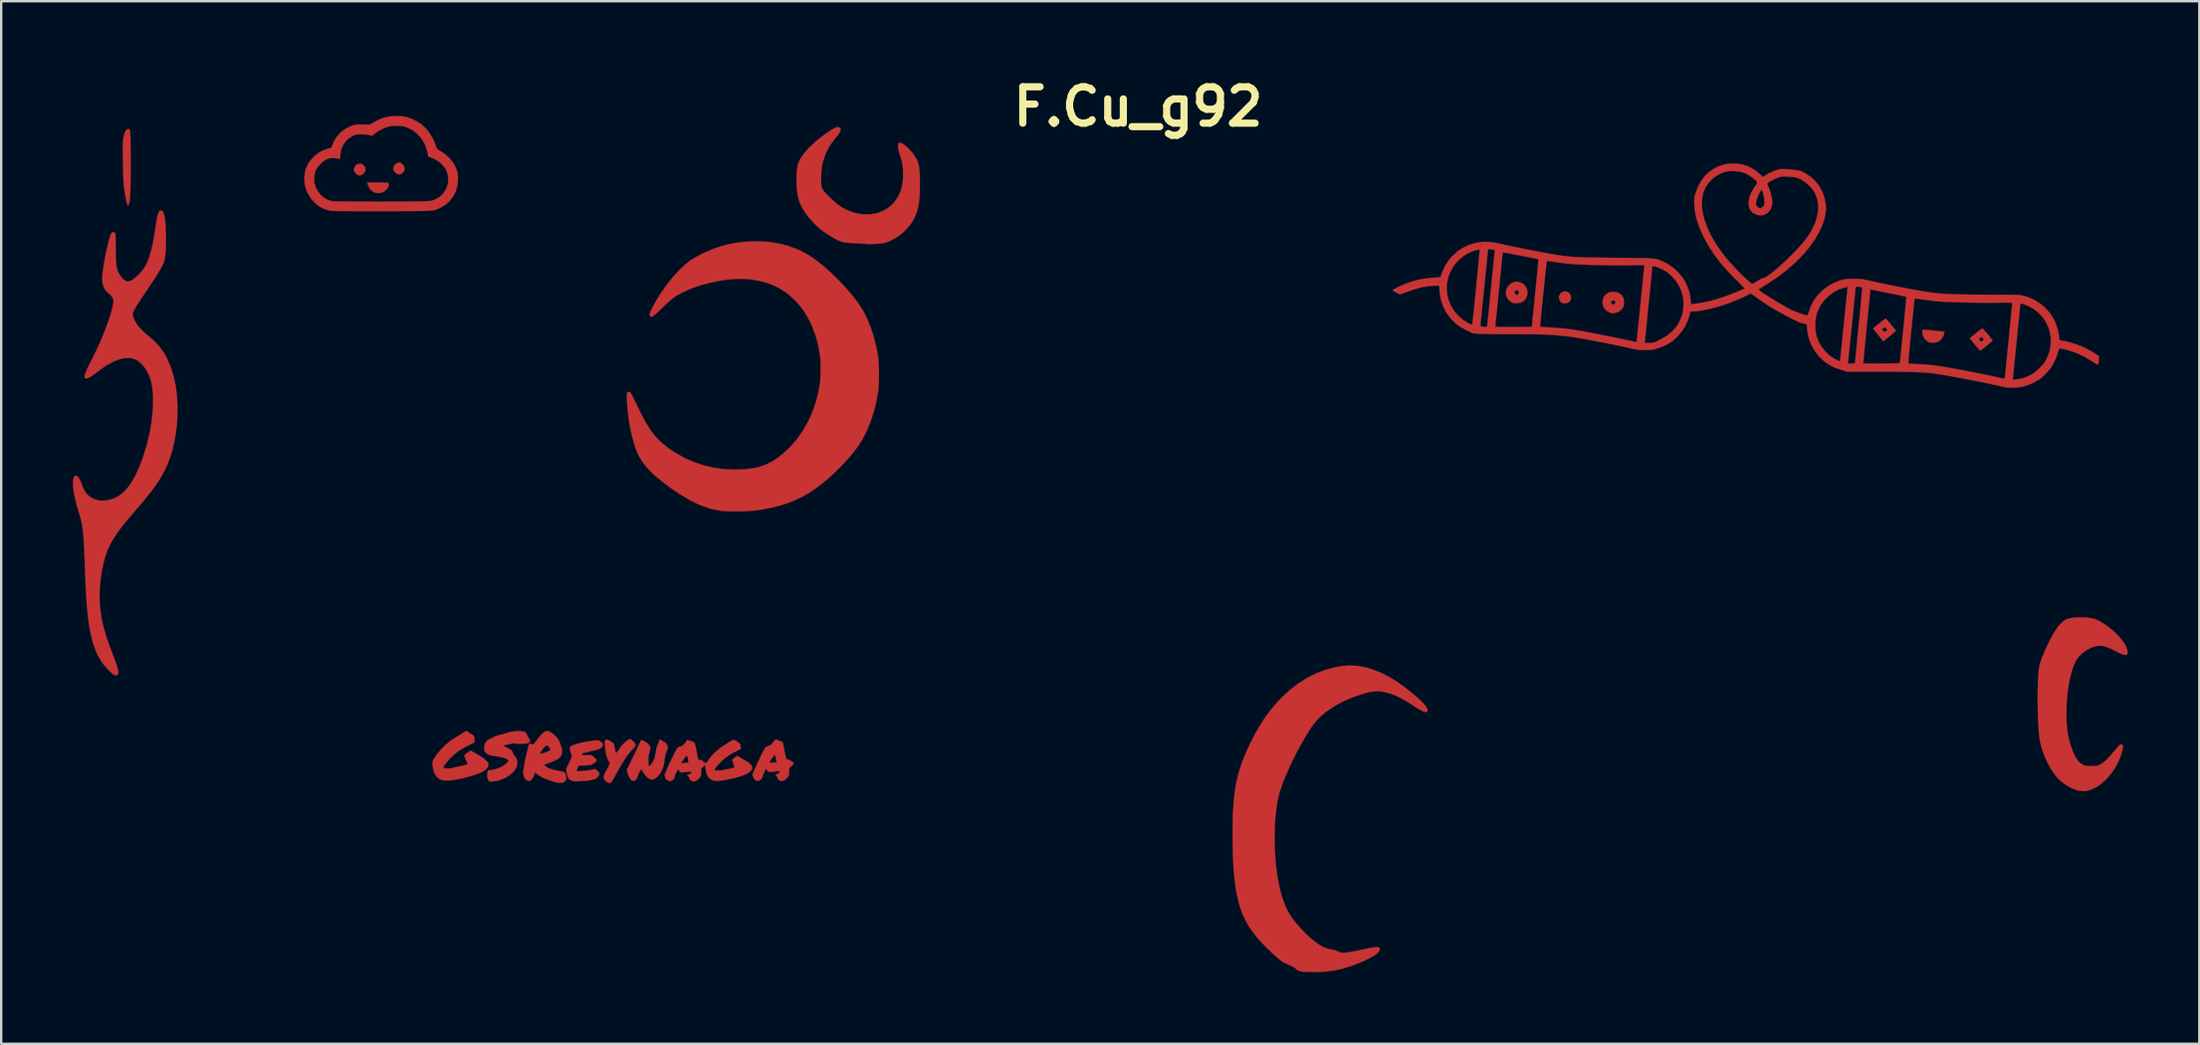
<source format=kicad_pcb>
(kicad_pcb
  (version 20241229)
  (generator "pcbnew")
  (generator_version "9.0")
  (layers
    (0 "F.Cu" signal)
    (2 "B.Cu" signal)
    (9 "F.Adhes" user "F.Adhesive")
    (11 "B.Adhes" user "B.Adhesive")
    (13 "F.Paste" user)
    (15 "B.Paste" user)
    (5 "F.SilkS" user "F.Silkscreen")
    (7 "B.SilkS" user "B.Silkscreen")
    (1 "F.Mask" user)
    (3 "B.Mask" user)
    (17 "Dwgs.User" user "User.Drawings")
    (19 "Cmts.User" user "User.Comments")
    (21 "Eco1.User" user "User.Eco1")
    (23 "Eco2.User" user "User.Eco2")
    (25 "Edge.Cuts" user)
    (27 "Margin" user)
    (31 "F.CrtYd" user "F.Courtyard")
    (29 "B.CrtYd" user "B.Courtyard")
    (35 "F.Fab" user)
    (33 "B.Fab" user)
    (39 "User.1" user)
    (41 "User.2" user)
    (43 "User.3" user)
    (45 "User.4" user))
  (footprint "F.Cu_g92"
    (layer "F.Cu")
    (at 44.594 1.418)
    (property "Reference" "F.Cu_g92" (at 0 0 0) (layer "F.SilkS") (effects (font (size 1.524 1.524) (thickness 0.3))))
    (attr through_hole)
    (fp_poly (pts (xy -30.887 2.338) (xy -30.846 2.363) (xy -30.76 2.445) (xy -30.716 2.532) (xy -30.709 2.592) (xy -30.725 2.685) (xy -30.77 2.753) (xy -30.825 2.795) (xy -30.902 2.83) (xy -30.97 2.829) (xy -31.044 2.796) (xy -31.126 2.727) (xy -31.17 2.645) (xy -31.178 2.579) (xy -31.159 2.492) (xy -31.104 2.416) (xy -31.023 2.36) (xy -30.986 2.346) (xy -30.927 2.333) (xy -30.887 2.338)) (stroke (width 0.01) (type solid)) (fill yes) (layer "F.Cu"))
    (fp_poly (pts (xy -31.725 3.176) (xy -31.608 3.177) (xy -31.51 3.18) (xy -31.44 3.183) (xy -31.404 3.187) (xy -31.402 3.188) (xy -31.373 3.219) (xy -31.369 3.274) (xy -31.387 3.344) (xy -31.428 3.418) (xy -31.438 3.433) (xy -31.535 3.528) (xy -31.651 3.591) (xy -31.779 3.618) (xy -31.91 3.608) (xy -31.996 3.579) (xy -32.097 3.511) (xy -32.181 3.408) (xy -32.24 3.281) (xy -32.277 3.175) (xy -31.856 3.175) (xy -31.725 3.176)) (stroke (width 0.01) (type solid)) (fill yes) (layer "F.Cu"))
    (fp_poly (pts (xy -32.508 2.395) (xy -32.46 2.418) (xy -32.411 2.464) (xy -32.357 2.55) (xy -32.342 2.639) (xy -32.365 2.726) (xy -32.424 2.802) (xy -32.492 2.847) (xy -32.563 2.874) (xy -32.626 2.871) (xy -32.697 2.836) (xy -32.754 2.787) (xy -32.799 2.725) (xy -32.802 2.719) (xy -32.824 2.666) (xy -32.826 2.622) (xy -32.81 2.565) (xy -32.807 2.557) (xy -32.758 2.465) (xy -32.685 2.409) (xy -32.589 2.388) (xy -32.572 2.388) (xy -32.508 2.395)) (stroke (width 0.01) (type solid)) (fill yes) (layer "F.Cu"))
    (fp_poly (pts (xy 17.933 7.742) (xy 17.981 7.759) (xy 18.056 7.814) (xy 18.105 7.89) (xy 18.125 7.976) (xy 18.118 8.063) (xy 18.082 8.141) (xy 18.017 8.2) (xy 18.009 8.204) (xy 17.932 8.227) (xy 17.84 8.231) (xy 17.754 8.216) (xy 17.742 8.212) (xy 17.702 8.179) (xy 17.662 8.119) (xy 17.65 8.093) (xy 17.624 8.027) (xy 17.617 7.976) (xy 17.628 7.922) (xy 17.63 7.914) (xy 17.676 7.828) (xy 17.748 7.767) (xy 17.837 7.737) (xy 17.933 7.742)) (stroke (width 0.01) (type solid)) (fill yes) (layer "F.Cu"))
    (fp_poly (pts (xy 32.944 9.34) (xy 33.026 9.347) (xy 33.139 9.358) (xy 33.289 9.374) (xy 33.316 9.377) (xy 33.444 9.39) (xy 33.558 9.401) (xy 33.65 9.41) (xy 33.715 9.417) (xy 33.745 9.419) (xy 33.746 9.419) (xy 33.756 9.437) (xy 33.75 9.482) (xy 33.731 9.546) (xy 33.7 9.619) (xy 33.682 9.656) (xy 33.608 9.761) (xy 33.517 9.831) (xy 33.402 9.87) (xy 33.308 9.88) (xy 33.2 9.878) (xy 33.118 9.865) (xy 33.094 9.856) (xy 32.991 9.787) (xy 32.908 9.688) (xy 32.852 9.571) (xy 32.83 9.444) (xy 32.83 9.435) (xy 32.829 9.4) (xy 32.829 9.374) (xy 32.836 9.355) (xy 32.854 9.344) (xy 32.888 9.339) (xy 32.944 9.34)) (stroke (width 0.01) (type solid)) (fill yes) (layer "F.Cu"))
    (fp_poly (pts (xy 20.03 7.764) (xy 20.15 7.815) (xy 20.246 7.9) (xy 20.303 7.988) (xy 20.327 8.046) (xy 20.338 8.109) (xy 20.339 8.194) (xy 20.338 8.225) (xy 20.331 8.311) (xy 20.319 8.371) (xy 20.296 8.418) (xy 20.265 8.46) (xy 20.178 8.543) (xy 20.072 8.605) (xy 19.958 8.642) (xy 19.849 8.65) (xy 19.791 8.638) (xy 19.655 8.576) (xy 19.551 8.489) (xy 19.482 8.378) (xy 19.448 8.247) (xy 19.445 8.191) (xy 19.446 8.188) (xy 19.78 8.188) (xy 19.832 8.243) (xy 19.875 8.284) (xy 19.907 8.293) (xy 19.94 8.271) (xy 19.958 8.252) (xy 19.986 8.202) (xy 19.973 8.153) (xy 19.932 8.11) (xy 19.904 8.098) (xy 19.87 8.113) (xy 19.841 8.136) (xy 19.78 8.188) (xy 19.446 8.188) (xy 19.464 8.054) (xy 19.518 7.937) (xy 19.602 7.844) (xy 19.711 7.78) (xy 19.841 7.749) (xy 19.886 7.747) (xy 20.03 7.764)) (stroke (width 0.01) (type solid)) (fill yes) (layer "F.Cu"))
    (fp_poly (pts (xy 16.004 7.356) (xy 16.12 7.417) (xy 16.209 7.504) (xy 16.269 7.609) (xy 16.299 7.725) (xy 16.3 7.846) (xy 16.27 7.963) (xy 16.208 8.07) (xy 16.113 8.159) (xy 16.103 8.165) (xy 16.018 8.204) (xy 15.912 8.227) (xy 15.803 8.232) (xy 15.705 8.219) (xy 15.653 8.2) (xy 15.537 8.115) (xy 15.454 8.009) (xy 15.407 7.886) (xy 15.4 7.776) (xy 15.752 7.776) (xy 15.772 7.813) (xy 15.792 7.839) (xy 15.83 7.882) (xy 15.86 7.89) (xy 15.896 7.864) (xy 15.915 7.844) (xy 15.946 7.792) (xy 15.937 7.741) (xy 15.888 7.685) (xy 15.886 7.684) (xy 15.858 7.669) (xy 15.828 7.682) (xy 15.8 7.705) (xy 15.761 7.746) (xy 15.752 7.776) (xy 15.4 7.776) (xy 15.399 7.753) (xy 15.41 7.68) (xy 15.44 7.595) (xy 15.492 7.517) (xy 15.534 7.471) (xy 15.643 7.382) (xy 15.758 7.334) (xy 15.882 7.328) (xy 16.004 7.356)) (stroke (width 0.01) (type solid)) (fill yes) (layer "F.Cu"))
    (fp_poly (pts (xy 31.317 8.886) (xy 31.357 8.929) (xy 31.414 8.995) (xy 31.482 9.076) (xy 31.525 9.128) (xy 31.733 9.386) (xy 31.68 9.429) (xy 31.643 9.459) (xy 31.583 9.509) (xy 31.505 9.572) (xy 31.42 9.642) (xy 31.414 9.647) (xy 31.202 9.821) (xy 30.989 9.562) (xy 30.917 9.474) (xy 30.855 9.396) (xy 30.808 9.336) (xy 30.797 9.321) (xy 31.136 9.321) (xy 31.192 9.38) (xy 31.248 9.439) (xy 31.309 9.396) (xy 31.37 9.352) (xy 31.326 9.291) (xy 31.294 9.25) (xy 31.273 9.229) (xy 31.271 9.229) (xy 31.25 9.24) (xy 31.208 9.268) (xy 31.199 9.275) (xy 31.136 9.321) (xy 30.797 9.321) (xy 30.781 9.299) (xy 30.776 9.291) (xy 30.792 9.273) (xy 30.834 9.235) (xy 30.896 9.183) (xy 30.971 9.121) (xy 31.051 9.056) (xy 31.13 8.993) (xy 31.202 8.938) (xy 31.258 8.896) (xy 31.292 8.873) (xy 31.299 8.87) (xy 31.317 8.886)) (stroke (width 0.01) (type solid)) (fill yes) (layer "F.Cu"))
    (fp_poly (pts (xy 35.366 9.297) (xy 35.405 9.339) (xy 35.459 9.4) (xy 35.522 9.474) (xy 35.588 9.554) (xy 35.652 9.632) (xy 35.707 9.701) (xy 35.748 9.756) (xy 35.769 9.788) (xy 35.771 9.793) (xy 35.755 9.811) (xy 35.713 9.849) (xy 35.652 9.902) (xy 35.579 9.965) (xy 35.5 10.03) (xy 35.423 10.093) (xy 35.355 10.148) (xy 35.302 10.188) (xy 35.273 10.208) (xy 35.249 10.199) (xy 35.203 10.157) (xy 35.135 10.082) (xy 35.043 9.973) (xy 35.032 9.96) (xy 34.853 9.739) (xy 35.207 9.739) (xy 35.223 9.773) (xy 35.231 9.786) (xy 35.26 9.826) (xy 35.283 9.839) (xy 35.316 9.826) (xy 35.35 9.806) (xy 35.394 9.778) (xy 35.407 9.755) (xy 35.39 9.723) (xy 35.363 9.69) (xy 35.316 9.632) (xy 35.255 9.68) (xy 35.216 9.714) (xy 35.207 9.739) (xy 34.853 9.739) (xy 34.818 9.696) (xy 35.073 9.489) (xy 35.162 9.418) (xy 35.24 9.357) (xy 35.301 9.311) (xy 35.338 9.286) (xy 35.347 9.282) (xy 35.366 9.297)) (stroke (width 0.01) (type solid)) (fill yes) (layer "F.Cu"))
    (fp_poly (pts (xy -42.247 0.939) (xy -42.231 0.951) (xy -42.218 0.975) (xy -42.207 1.014) (xy -42.198 1.069) (xy -42.191 1.145) (xy -42.186 1.243) (xy -42.182 1.368) (xy -42.18 1.521) (xy -42.178 1.707) (xy -42.177 1.927) (xy -42.176 2.185) (xy -42.176 2.339) (xy -42.176 2.653) (xy -42.177 2.927) (xy -42.179 3.165) (xy -42.183 3.369) (xy -42.188 3.542) (xy -42.194 3.686) (xy -42.202 3.806) (xy -42.212 3.902) (xy -42.224 3.98) (xy -42.237 4.04) (xy -42.249 4.076) (xy -42.27 4.118) (xy -42.289 4.129) (xy -42.308 4.108) (xy -42.329 4.053) (xy -42.351 3.96) (xy -42.377 3.827) (xy -42.382 3.805) (xy -42.406 3.667) (xy -42.426 3.544) (xy -42.443 3.429) (xy -42.456 3.315) (xy -42.467 3.198) (xy -42.475 3.07) (xy -42.482 2.925) (xy -42.487 2.758) (xy -42.491 2.561) (xy -42.495 2.33) (xy -42.496 2.285) (xy -42.499 2.071) (xy -42.501 1.895) (xy -42.501 1.751) (xy -42.501 1.635) (xy -42.499 1.542) (xy -42.495 1.467) (xy -42.49 1.405) (xy -42.483 1.35) (xy -42.474 1.3) (xy -42.472 1.29) (xy -42.434 1.139) (xy -42.391 1.03) (xy -42.341 0.962) (xy -42.287 0.935) (xy -42.265 0.934) (xy -42.247 0.939)) (stroke (width 0.01) (type solid)) (fill yes) (layer "F.Cu"))
    (fp_poly (pts (xy -21.224 26.497) (xy -21.181 26.529) (xy -21.137 26.57) (xy -21.075 26.636) (xy -21.043 26.692) (xy -21.042 26.746) (xy -21.073 26.807) (xy -21.136 26.882) (xy -21.177 26.924) (xy -21.237 26.988) (xy -21.284 27.042) (xy -21.311 27.079) (xy -21.314 27.089) (xy -21.332 27.12) (xy -21.345 27.127) (xy -21.369 27.15) (xy -21.41 27.204) (xy -21.464 27.284) (xy -21.528 27.382) (xy -21.597 27.494) (xy -21.669 27.614) (xy -21.739 27.735) (xy -21.804 27.853) (xy -21.819 27.88) (xy -21.898 28.027) (xy -21.962 28.14) (xy -22.012 28.222) (xy -22.051 28.276) (xy -22.082 28.307) (xy -22.107 28.319) (xy -22.116 28.319) (xy -22.146 28.312) (xy -22.172 28.305) (xy -22.252 28.267) (xy -22.321 28.203) (xy -22.352 28.151) (xy -22.368 28.096) (xy -22.364 28.039) (xy -22.353 27.997) (xy -22.333 27.938) (xy -22.315 27.895) (xy -22.31 27.887) (xy -22.293 27.86) (xy -22.262 27.805) (xy -22.222 27.73) (xy -22.195 27.678) (xy -22.15 27.59) (xy -22.124 27.532) (xy -22.114 27.494) (xy -22.117 27.47) (xy -22.127 27.456) (xy -22.188 27.361) (xy -22.239 27.229) (xy -22.279 27.059) (xy -22.31 26.849) (xy -22.321 26.743) (xy -22.327 26.654) (xy -22.327 26.597) (xy -22.318 26.562) (xy -22.301 26.537) (xy -22.3 26.536) (xy -22.267 26.51) (xy -22.231 26.504) (xy -22.182 26.519) (xy -22.109 26.556) (xy -22.106 26.558) (xy -22.005 26.624) (xy -21.946 26.688) (xy -21.929 26.74) (xy -21.924 26.779) (xy -21.912 26.845) (xy -21.895 26.924) (xy -21.894 26.93) (xy -21.86 27.081) (xy -21.789 26.997) (xy -21.74 26.934) (xy -21.699 26.872) (xy -21.687 26.849) (xy -21.651 26.794) (xy -21.592 26.727) (xy -21.521 26.655) (xy -21.445 26.587) (xy -21.375 26.532) (xy -21.318 26.498) (xy -21.3 26.492) (xy -21.26 26.487) (xy -21.224 26.497)) (stroke (width 0.01) (type solid)) (fill yes) (layer "F.Cu"))
    (fp_poly (pts (xy -19.984 26.513) (xy -19.934 26.543) (xy -19.906 26.564) (xy -19.852 26.6) (xy -19.81 26.623) (xy -19.798 26.627) (xy -19.772 26.644) (xy -19.738 26.686) (xy -19.727 26.703) (xy -19.695 26.768) (xy -19.69 26.832) (xy -19.694 26.867) (xy -19.711 26.936) (xy -19.734 26.994) (xy -19.739 27.003) (xy -19.761 27.053) (xy -19.785 27.132) (xy -19.807 27.226) (xy -19.823 27.322) (xy -19.832 27.405) (xy -19.833 27.43) (xy -19.843 27.505) (xy -19.867 27.603) (xy -19.903 27.709) (xy -19.945 27.81) (xy -19.984 27.884) (xy -20.048 27.972) (xy -20.126 28.057) (xy -20.207 28.125) (xy -20.274 28.166) (xy -20.359 28.18) (xy -20.449 28.154) (xy -20.543 28.088) (xy -20.638 27.984) (xy -20.729 27.85) (xy -20.802 27.729) (xy -20.828 27.792) (xy -20.851 27.836) (xy -20.869 27.855) (xy -20.87 27.855) (xy -20.89 27.876) (xy -20.916 27.936) (xy -20.946 28.035) (xy -20.952 28.058) (xy -20.99 28.143) (xy -21.045 28.201) (xy -21.109 28.228) (xy -21.177 28.219) (xy -21.204 28.204) (xy -21.25 28.155) (xy -21.297 28.078) (xy -21.341 27.985) (xy -21.373 27.888) (xy -21.378 27.867) (xy -21.4 27.769) (xy -21.143 27.235) (xy -21.074 27.091) (xy -21.009 26.956) (xy -20.951 26.834) (xy -20.903 26.732) (xy -20.867 26.656) (xy -20.847 26.613) (xy -20.847 26.612) (xy -20.82 26.558) (xy -20.794 26.526) (xy -20.786 26.522) (xy -20.743 26.534) (xy -20.681 26.564) (xy -20.611 26.605) (xy -20.547 26.649) (xy -20.507 26.684) (xy -20.45 26.756) (xy -20.423 26.826) (xy -20.424 26.908) (xy -20.438 26.98) (xy -20.457 27.052) (xy -20.475 27.11) (xy -20.485 27.136) (xy -20.492 27.17) (xy -20.497 27.234) (xy -20.499 27.316) (xy -20.5 27.405) (xy -20.498 27.49) (xy -20.494 27.561) (xy -20.488 27.605) (xy -20.484 27.614) (xy -20.458 27.613) (xy -20.419 27.583) (xy -20.374 27.532) (xy -20.33 27.468) (xy -20.31 27.432) (xy -20.273 27.352) (xy -20.244 27.275) (xy -20.22 27.187) (xy -20.197 27.077) (xy -20.181 26.988) (xy -20.165 26.899) (xy -20.148 26.825) (xy -20.135 26.777) (xy -20.13 26.765) (xy -20.115 26.735) (xy -20.094 26.677) (xy -20.077 26.622) (xy -20.054 26.558) (xy -20.031 26.514) (xy -20.015 26.501) (xy -19.984 26.513)) (stroke (width 0.01) (type solid)) (fill yes) (layer "F.Cu"))
    (fp_poly (pts (xy -22.6 26.538) (xy -22.557 26.552) (xy -22.517 26.575) (xy -22.486 26.596) (xy -22.421 26.658) (xy -22.399 26.719) (xy -22.418 26.782) (xy -22.456 26.827) (xy -22.506 26.867) (xy -22.567 26.899) (xy -22.649 26.925) (xy -22.761 26.951) (xy -22.785 26.955) (xy -22.87 26.974) (xy -22.947 26.994) (xy -22.998 27.011) (xy -23.056 27.031) (xy -23.103 27.04) (xy -23.199 27.055) (xy -23.26 27.08) (xy -23.283 27.114) (xy -23.283 27.116) (xy -23.28 27.135) (xy -23.265 27.147) (xy -23.231 27.153) (xy -23.17 27.156) (xy -23.075 27.157) (xy -23.07 27.157) (xy -22.973 27.157) (xy -22.909 27.16) (xy -22.868 27.168) (xy -22.84 27.183) (xy -22.816 27.206) (xy -22.805 27.219) (xy -22.759 27.264) (xy -22.716 27.293) (xy -22.711 27.295) (xy -22.675 27.323) (xy -22.671 27.368) (xy -22.697 27.42) (xy -22.739 27.462) (xy -22.817 27.514) (xy -22.896 27.55) (xy -22.987 27.571) (xy -23.102 27.581) (xy -23.187 27.584) (xy -23.407 27.586) (xy -23.464 27.691) (xy -23.498 27.764) (xy -23.504 27.808) (xy -23.499 27.817) (xy -23.469 27.825) (xy -23.405 27.827) (xy -23.318 27.824) (xy -23.215 27.816) (xy -23.106 27.804) (xy -23 27.789) (xy -22.906 27.772) (xy -22.861 27.762) (xy -22.788 27.744) (xy -22.743 27.737) (xy -22.715 27.743) (xy -22.691 27.761) (xy -22.681 27.771) (xy -22.636 27.813) (xy -22.602 27.84) (xy -22.569 27.88) (xy -22.553 27.921) (xy -22.559 27.978) (xy -22.595 28.042) (xy -22.653 28.103) (xy -22.711 28.14) (xy -22.756 28.157) (xy -22.831 28.176) (xy -22.922 28.196) (xy -23.017 28.214) (xy -23.101 28.227) (xy -23.164 28.232) (xy -23.167 28.232) (xy -23.207 28.234) (xy -23.276 28.237) (xy -23.363 28.242) (xy -23.4 28.244) (xy -23.493 28.248) (xy -23.578 28.247) (xy -23.64 28.242) (xy -23.654 28.239) (xy -23.751 28.203) (xy -23.822 28.15) (xy -23.871 28.073) (xy -23.905 27.964) (xy -23.918 27.896) (xy -23.944 27.735) (xy -23.814 27.465) (xy -23.763 27.358) (xy -23.728 27.281) (xy -23.708 27.229) (xy -23.701 27.194) (xy -23.703 27.169) (xy -23.714 27.148) (xy -23.715 27.147) (xy -23.735 27.101) (xy -23.756 27.03) (xy -23.77 26.966) (xy -23.782 26.893) (xy -23.784 26.847) (xy -23.774 26.817) (xy -23.75 26.789) (xy -23.745 26.784) (xy -23.697 26.754) (xy -23.613 26.72) (xy -23.501 26.684) (xy -23.367 26.648) (xy -23.218 26.614) (xy -23.061 26.584) (xy -22.946 26.566) (xy -22.817 26.548) (xy -22.721 26.537) (xy -22.652 26.533) (xy -22.6 26.538)) (stroke (width 0.01) (type solid)) (fill yes) (layer "F.Cu"))
    (fp_poly (pts (xy -25.82 26.152) (xy -25.727 26.167) (xy -25.66 26.19) (xy -25.626 26.219) (xy -25.625 26.221) (xy -25.607 26.259) (xy -25.576 26.317) (xy -25.549 26.363) (xy -25.495 26.454) (xy -25.465 26.518) (xy -25.456 26.563) (xy -25.468 26.596) (xy -25.501 26.626) (xy -25.521 26.639) (xy -25.555 26.656) (xy -25.603 26.666) (xy -25.674 26.672) (xy -25.775 26.674) (xy -25.821 26.674) (xy -25.922 26.672) (xy -26.009 26.669) (xy -26.074 26.664) (xy -26.103 26.659) (xy -26.141 26.657) (xy -26.205 26.664) (xy -26.283 26.68) (xy -26.283 26.68) (xy -26.365 26.7) (xy -26.439 26.717) (xy -26.485 26.727) (xy -26.538 26.743) (xy -26.551 26.765) (xy -26.522 26.792) (xy -26.46 26.822) (xy -26.401 26.849) (xy -26.362 26.873) (xy -26.352 26.884) (xy -26.336 26.901) (xy -26.324 26.903) (xy -26.272 26.921) (xy -26.221 26.966) (xy -26.183 27.026) (xy -26.171 27.063) (xy -26.158 27.111) (xy -26.143 27.135) (xy -26.141 27.136) (xy -26.121 27.152) (xy -26.088 27.194) (xy -26.058 27.238) (xy -26.02 27.305) (xy -26 27.365) (xy -25.993 27.438) (xy -25.993 27.476) (xy -25.997 27.566) (xy -26.015 27.637) (xy -26.05 27.711) (xy -26.055 27.72) (xy -26.15 27.848) (xy -26.278 27.966) (xy -26.432 28.07) (xy -26.602 28.154) (xy -26.781 28.215) (xy -26.959 28.246) (xy -26.993 28.249) (xy -27.157 28.258) (xy -27.199 28.189) (xy -27.228 28.132) (xy -27.243 28.083) (xy -27.243 28.078) (xy -27.244 27.994) (xy -27.24 27.912) (xy -27.232 27.844) (xy -27.221 27.804) (xy -27.219 27.801) (xy -27.189 27.788) (xy -27.131 27.778) (xy -27.086 27.775) (xy -26.977 27.76) (xy -26.848 27.724) (xy -26.712 27.671) (xy -26.591 27.61) (xy -26.521 27.563) (xy -26.453 27.506) (xy -26.397 27.448) (xy -26.361 27.397) (xy -26.353 27.373) (xy -26.373 27.343) (xy -26.428 27.311) (xy -26.513 27.278) (xy -26.621 27.246) (xy -26.747 27.218) (xy -26.86 27.198) (xy -26.989 27.179) (xy -27.085 27.162) (xy -27.155 27.144) (xy -27.208 27.123) (xy -27.253 27.096) (xy -27.297 27.062) (xy -27.301 27.058) (xy -27.339 27.023) (xy -27.361 26.989) (xy -27.37 26.943) (xy -27.372 26.87) (xy -27.372 26.859) (xy -27.36 26.729) (xy -27.32 26.625) (xy -27.248 26.542) (xy -27.139 26.475) (xy -27.072 26.446) (xy -27.008 26.418) (xy -26.957 26.391) (xy -26.944 26.381) (xy -26.903 26.357) (xy -26.882 26.352) (xy -26.853 26.347) (xy -26.792 26.33) (xy -26.705 26.306) (xy -26.6 26.276) (xy -26.538 26.257) (xy -26.352 26.205) (xy -26.191 26.169) (xy -26.061 26.15) (xy -26.049 26.149) (xy -25.93 26.145) (xy -25.82 26.152)) (stroke (width 0.01) (type solid)) (fill yes) (layer "F.Cu"))
    (fp_poly (pts (xy -28.069 26.161) (xy -28.046 26.181) (xy -28.046 26.185) (xy -28.029 26.204) (xy -27.984 26.234) (xy -27.945 26.255) (xy -27.862 26.302) (xy -27.811 26.349) (xy -27.786 26.405) (xy -27.779 26.481) (xy -27.779 26.499) (xy -27.781 26.613) (xy -28.039 26.745) (xy -28.213 26.838) (xy -28.357 26.923) (xy -28.482 27.007) (xy -28.596 27.098) (xy -28.711 27.2) (xy -28.718 27.207) (xy -28.803 27.291) (xy -28.885 27.381) (xy -28.959 27.469) (xy -29.021 27.55) (xy -29.066 27.617) (xy -29.088 27.663) (xy -29.089 27.679) (xy -29.064 27.692) (xy -29.009 27.702) (xy -28.935 27.707) (xy -28.853 27.708) (xy -28.776 27.704) (xy -28.714 27.696) (xy -28.686 27.687) (xy -28.646 27.673) (xy -28.58 27.657) (xy -28.517 27.646) (xy -28.43 27.629) (xy -28.323 27.606) (xy -28.22 27.58) (xy -28.213 27.578) (xy -28.129 27.554) (xy -28.082 27.536) (xy -28.067 27.522) (xy -28.076 27.512) (xy -28.099 27.489) (xy -28.087 27.462) (xy -28.074 27.437) (xy -28.085 27.432) (xy -28.113 27.414) (xy -28.14 27.369) (xy -28.159 27.315) (xy -28.163 27.267) (xy -28.161 27.259) (xy -28.157 27.228) (xy -28.169 27.229) (xy -28.196 27.232) (xy -28.206 27.207) (xy -28.197 27.167) (xy -28.187 27.149) (xy -28.151 27.11) (xy -28.094 27.063) (xy -28.05 27.032) (xy -27.944 26.965) (xy -27.704 27.096) (xy -27.597 27.159) (xy -27.489 27.228) (xy -27.394 27.296) (xy -27.332 27.346) (xy -27.267 27.406) (xy -27.227 27.45) (xy -27.208 27.487) (xy -27.201 27.527) (xy -27.2 27.551) (xy -27.204 27.608) (xy -27.224 27.655) (xy -27.266 27.707) (xy -27.286 27.728) (xy -27.354 27.786) (xy -27.44 27.844) (xy -27.503 27.878) (xy -27.582 27.911) (xy -27.692 27.949) (xy -27.823 27.992) (xy -27.964 28.035) (xy -28.107 28.075) (xy -28.24 28.11) (xy -28.353 28.137) (xy -28.437 28.153) (xy -28.437 28.153) (xy -28.527 28.167) (xy -28.616 28.183) (xy -28.66 28.192) (xy -28.751 28.206) (xy -28.859 28.213) (xy -28.973 28.213) (xy -29.077 28.205) (xy -29.16 28.191) (xy -29.189 28.181) (xy -29.286 28.122) (xy -29.376 28.035) (xy -29.445 27.935) (xy -29.446 27.933) (xy -29.474 27.863) (xy -29.5 27.77) (xy -29.522 27.669) (xy -29.537 27.572) (xy -29.542 27.494) (xy -29.54 27.468) (xy -29.513 27.382) (xy -29.458 27.276) (xy -29.38 27.157) (xy -29.284 27.033) (xy -29.175 26.91) (xy -29.146 26.881) (xy -29.033 26.768) (xy -28.938 26.679) (xy -28.849 26.605) (xy -28.758 26.537) (xy -28.652 26.467) (xy -28.522 26.387) (xy -28.501 26.374) (xy -28.405 26.315) (xy -28.319 26.261) (xy -28.251 26.217) (xy -28.21 26.187) (xy -28.205 26.183) (xy -28.164 26.162) (xy -28.113 26.155) (xy -28.069 26.161)) (stroke (width 0.01) (type solid)) (fill yes) (layer "F.Cu"))
    (fp_poly (pts (xy -24.671 26.155) (xy -24.6 26.19) (xy -24.523 26.24) (xy -24.453 26.297) (xy -24.421 26.329) (xy -24.378 26.374) (xy -24.342 26.406) (xy -24.338 26.409) (xy -24.304 26.446) (xy -24.264 26.514) (xy -24.221 26.603) (xy -24.181 26.703) (xy -24.146 26.804) (xy -24.12 26.895) (xy -24.109 26.967) (xy -24.109 26.976) (xy -24.119 27.082) (xy -24.151 27.172) (xy -24.21 27.251) (xy -24.3 27.321) (xy -24.423 27.386) (xy -24.583 27.451) (xy -24.62 27.464) (xy -24.711 27.496) (xy -24.786 27.525) (xy -24.838 27.547) (xy -24.857 27.558) (xy -24.853 27.58) (xy -24.816 27.615) (xy -24.749 27.659) (xy -24.67 27.701) (xy -24.611 27.724) (xy -24.521 27.751) (xy -24.409 27.779) (xy -24.288 27.807) (xy -24.166 27.831) (xy -24.085 27.845) (xy -24.032 27.859) (xy -23.997 27.892) (xy -23.972 27.939) (xy -23.949 28.009) (xy -23.943 28.076) (xy -23.944 28.086) (xy -23.946 28.133) (xy -23.937 28.156) (xy -23.937 28.156) (xy -23.939 28.174) (xy -23.963 28.213) (xy -23.978 28.232) (xy -24.019 28.275) (xy -24.063 28.298) (xy -24.127 28.309) (xy -24.151 28.311) (xy -24.263 28.31) (xy -24.376 28.291) (xy -24.384 28.288) (xy -24.483 28.258) (xy -24.6 28.219) (xy -24.72 28.175) (xy -24.831 28.132) (xy -24.92 28.095) (xy -24.945 28.083) (xy -25.009 28.046) (xy -25.086 27.996) (xy -25.137 27.959) (xy -25.204 27.909) (xy -25.245 27.884) (xy -25.265 27.882) (xy -25.272 27.902) (xy -25.273 27.92) (xy -25.281 27.964) (xy -25.302 28.028) (xy -25.318 28.069) (xy -25.368 28.151) (xy -25.432 28.207) (xy -25.501 28.231) (xy -25.548 28.226) (xy -25.622 28.182) (xy -25.681 28.112) (xy -25.707 28.046) (xy -25.721 27.988) (xy -25.736 27.946) (xy -25.738 27.943) (xy -25.743 27.908) (xy -25.74 27.847) (xy -25.734 27.806) (xy -25.722 27.731) (xy -25.706 27.634) (xy -25.69 27.533) (xy -25.687 27.517) (xy -25.667 27.404) (xy -25.642 27.279) (xy -25.617 27.17) (xy -25.616 27.167) (xy -25.596 27.087) (xy -25.04 27.087) (xy -25.026 27.098) (xy -24.982 27.094) (xy -24.905 27.072) (xy -24.794 27.032) (xy -24.727 27.007) (xy -24.66 26.978) (xy -24.613 26.952) (xy -24.596 26.935) (xy -24.61 26.893) (xy -24.643 26.838) (xy -24.685 26.786) (xy -24.724 26.754) (xy -24.752 26.744) (xy -24.779 26.751) (xy -24.815 26.78) (xy -24.865 26.832) (xy -24.942 26.92) (xy -25 26.998) (xy -25.033 27.059) (xy -25.04 27.087) (xy -25.596 27.087) (xy -25.59 27.062) (xy -25.562 26.948) (xy -25.539 26.851) (xy -25.52 26.775) (xy -25.5 26.715) (xy -25.485 26.684) (xy -25.485 26.683) (xy -25.448 26.674) (xy -25.389 26.686) (xy -25.313 26.709) (xy -25.214 26.58) (xy -25.104 26.439) (xy -25.013 26.331) (xy -24.938 26.251) (xy -24.874 26.196) (xy -24.817 26.161) (xy -24.763 26.144) (xy -24.725 26.141) (xy -24.671 26.155)) (stroke (width 0.01) (type solid)) (fill yes) (layer "F.Cu"))
    (fp_poly (pts (xy -15.045 26.542) (xy -14.972 26.569) (xy -14.914 26.594) (xy -14.884 26.613) (xy -14.884 26.613) (xy -14.873 26.642) (xy -14.857 26.705) (xy -14.837 26.792) (xy -14.816 26.897) (xy -14.809 26.937) (xy -14.782 27.08) (xy -14.761 27.185) (xy -14.742 27.26) (xy -14.724 27.307) (xy -14.706 27.334) (xy -14.685 27.344) (xy -14.66 27.342) (xy -14.657 27.342) (xy -14.611 27.343) (xy -14.589 27.355) (xy -14.561 27.379) (xy -14.511 27.41) (xy -14.494 27.419) (xy -14.445 27.451) (xy -14.417 27.48) (xy -14.415 27.488) (xy -14.429 27.517) (xy -14.464 27.561) (xy -14.509 27.611) (xy -14.555 27.655) (xy -14.591 27.682) (xy -14.601 27.686) (xy -14.608 27.705) (xy -14.611 27.755) (xy -14.609 27.822) (xy -14.607 27.907) (xy -14.616 27.968) (xy -14.639 28.026) (xy -14.65 28.046) (xy -14.704 28.116) (xy -14.776 28.177) (xy -14.854 28.221) (xy -14.921 28.236) (xy -14.978 28.226) (xy -15.032 28.199) (xy -15.071 28.165) (xy -15.081 28.131) (xy -15.081 28.13) (xy -15.088 28.092) (xy -15.122 28.048) (xy -15.123 28.046) (xy -15.159 28.009) (xy -15.176 27.983) (xy -15.177 27.982) (xy -15.159 27.966) (xy -15.114 27.944) (xy -15.092 27.934) (xy -15.034 27.905) (xy -15.009 27.871) (xy -15.007 27.855) (xy -15.012 27.825) (xy -15.033 27.816) (xy -15.084 27.821) (xy -15.087 27.821) (xy -15.149 27.83) (xy -15.234 27.839) (xy -15.321 27.848) (xy -15.401 27.854) (xy -15.451 27.853) (xy -15.481 27.843) (xy -15.503 27.823) (xy -15.511 27.811) (xy -15.542 27.764) (xy -15.559 27.73) (xy -15.573 27.73) (xy -15.598 27.761) (xy -15.628 27.813) (xy -15.66 27.879) (xy -15.689 27.949) (xy -15.711 28.014) (xy -15.72 28.051) (xy -15.744 28.122) (xy -15.777 28.156) (xy -15.817 28.18) (xy -15.833 28.195) (xy -15.859 28.209) (xy -15.908 28.224) (xy -15.909 28.224) (xy -15.958 28.228) (xy -16.001 28.209) (xy -16.041 28.176) (xy -16.083 28.127) (xy -16.106 28.082) (xy -16.108 28.07) (xy -16.117 28.029) (xy -16.13 28.014) (xy -16.139 28.005) (xy -16.142 27.99) (xy -16.138 27.964) (xy -16.124 27.922) (xy -16.099 27.859) (xy -16.06 27.772) (xy -16.007 27.654) (xy -15.954 27.538) (xy -15.91 27.442) (xy -15.425 27.442) (xy -15.423 27.467) (xy -15.39 27.475) (xy -15.32 27.47) (xy -15.243 27.46) (xy -15.13 27.447) (xy -15.142 27.371) (xy -15.161 27.276) (xy -15.182 27.202) (xy -15.203 27.157) (xy -15.22 27.147) (xy -15.241 27.169) (xy -15.278 27.218) (xy -15.325 27.285) (xy -15.347 27.317) (xy -15.398 27.394) (xy -15.425 27.442) (xy -15.91 27.442) (xy -15.861 27.335) (xy -15.783 27.168) (xy -15.719 27.037) (xy -15.669 26.939) (xy -15.632 26.873) (xy -15.606 26.836) (xy -15.567 26.809) (xy -15.507 26.785) (xy -15.485 26.778) (xy -15.394 26.736) (xy -15.302 26.655) (xy -15.219 26.546) (xy -15.186 26.497) (xy -15.045 26.542)) (stroke (width 0.01) (type solid)) (fill yes) (layer "F.Cu"))
    (fp_poly (pts (xy 39.559 21.385) (xy 39.731 21.396) (xy 39.894 21.416) (xy 39.931 21.423) (xy 40.081 21.466) (xy 40.246 21.541) (xy 40.42 21.643) (xy 40.598 21.766) (xy 40.773 21.906) (xy 40.939 22.057) (xy 41.091 22.216) (xy 41.221 22.375) (xy 41.324 22.532) (xy 41.358 22.595) (xy 41.402 22.705) (xy 41.423 22.802) (xy 41.421 22.881) (xy 41.394 22.934) (xy 41.378 22.946) (xy 41.341 22.958) (xy 41.294 22.956) (xy 41.231 22.938) (xy 41.146 22.904) (xy 41.035 22.852) (xy 40.907 22.786) (xy 40.718 22.693) (xy 40.555 22.626) (xy 40.411 22.585) (xy 40.28 22.568) (xy 40.154 22.575) (xy 40.029 22.605) (xy 39.93 22.641) (xy 39.725 22.745) (xy 39.544 22.872) (xy 39.391 23.018) (xy 39.273 23.179) (xy 39.236 23.247) (xy 39.145 23.466) (xy 39.064 23.72) (xy 38.996 24.006) (xy 38.941 24.317) (xy 38.899 24.649) (xy 38.873 24.996) (xy 38.862 25.353) (xy 38.862 25.403) (xy 38.867 25.687) (xy 38.881 25.938) (xy 38.906 26.166) (xy 38.943 26.38) (xy 38.994 26.589) (xy 39.052 26.778) (xy 39.133 26.999) (xy 39.215 27.181) (xy 39.301 27.327) (xy 39.392 27.439) (xy 39.492 27.521) (xy 39.565 27.561) (xy 39.623 27.585) (xy 39.679 27.6) (xy 39.746 27.608) (xy 39.835 27.611) (xy 39.91 27.612) (xy 40.016 27.611) (xy 40.092 27.607) (xy 40.15 27.597) (xy 40.202 27.581) (xy 40.259 27.555) (xy 40.265 27.552) (xy 40.362 27.495) (xy 40.465 27.415) (xy 40.578 27.31) (xy 40.705 27.175) (xy 40.849 27.006) (xy 40.856 26.999) (xy 40.948 26.888) (xy 41.018 26.807) (xy 41.07 26.752) (xy 41.108 26.718) (xy 41.137 26.702) (xy 41.162 26.701) (xy 41.186 26.71) (xy 41.189 26.712) (xy 41.214 26.731) (xy 41.227 26.76) (xy 41.229 26.807) (xy 41.219 26.877) (xy 41.196 26.977) (xy 41.181 27.037) (xy 41.107 27.27) (xy 41.008 27.496) (xy 40.885 27.713) (xy 40.744 27.916) (xy 40.588 28.102) (xy 40.42 28.267) (xy 40.243 28.408) (xy 40.063 28.521) (xy 39.881 28.603) (xy 39.701 28.649) (xy 39.574 28.658) (xy 39.479 28.652) (xy 39.377 28.637) (xy 39.328 28.626) (xy 39.13 28.557) (xy 38.93 28.454) (xy 38.738 28.327) (xy 38.565 28.181) (xy 38.5 28.114) (xy 38.355 27.935) (xy 38.214 27.722) (xy 38.084 27.486) (xy 37.967 27.235) (xy 37.868 26.979) (xy 37.793 26.727) (xy 37.753 26.542) (xy 37.731 26.39) (xy 37.712 26.206) (xy 37.696 25.996) (xy 37.682 25.766) (xy 37.672 25.521) (xy 37.665 25.265) (xy 37.661 25.005) (xy 37.66 24.745) (xy 37.662 24.491) (xy 37.668 24.249) (xy 37.676 24.022) (xy 37.687 23.818) (xy 37.702 23.64) (xy 37.72 23.495) (xy 37.739 23.397) (xy 37.792 23.213) (xy 37.871 22.999) (xy 37.972 22.758) (xy 38.095 22.494) (xy 38.124 22.437) (xy 38.256 22.183) (xy 38.382 21.969) (xy 38.502 21.792) (xy 38.619 21.652) (xy 38.734 21.545) (xy 38.847 21.471) (xy 38.849 21.47) (xy 38.942 21.436) (xy 39.068 21.41) (xy 39.219 21.393) (xy 39.385 21.385) (xy 39.559 21.385)) (stroke (width 0.01) (type solid)) (fill yes) (layer "F.Cu"))
    (fp_poly (pts (xy -12.53 0.86) (xy -12.498 0.877) (xy -12.46 0.913) (xy -12.446 0.946) (xy -12.461 1.009) (xy -12.503 1.093) (xy -12.569 1.191) (xy -12.652 1.296) (xy -12.66 1.305) (xy -12.851 1.548) (xy -13.004 1.804) (xy -13.123 2.082) (xy -13.2 2.336) (xy -13.224 2.437) (xy -13.24 2.535) (xy -13.252 2.643) (xy -13.261 2.771) (xy -13.266 2.901) (xy -13.27 3.065) (xy -13.27 3.194) (xy -13.261 3.297) (xy -13.242 3.384) (xy -13.207 3.461) (xy -13.155 3.537) (xy -13.081 3.621) (xy -12.983 3.722) (xy -12.914 3.789) (xy -12.745 3.949) (xy -12.59 4.08) (xy -12.443 4.185) (xy -12.295 4.272) (xy -12.139 4.345) (xy -12.059 4.376) (xy -11.88 4.438) (xy -11.72 4.478) (xy -11.561 4.5) (xy -11.388 4.508) (xy -11.367 4.508) (xy -11.166 4.5) (xy -10.991 4.473) (xy -10.827 4.425) (xy -10.66 4.352) (xy -10.657 4.351) (xy -10.47 4.243) (xy -10.314 4.117) (xy -10.178 3.966) (xy -10.139 3.912) (xy -10.021 3.717) (xy -9.933 3.512) (xy -9.874 3.288) (xy -9.843 3.041) (xy -9.836 2.836) (xy -9.838 2.677) (xy -9.847 2.54) (xy -9.864 2.414) (xy -9.893 2.284) (xy -9.934 2.136) (xy -9.962 2.045) (xy -10.014 1.866) (xy -10.043 1.723) (xy -10.051 1.616) (xy -10.036 1.545) (xy -9.999 1.51) (xy -9.939 1.512) (xy -9.858 1.549) (xy -9.755 1.623) (xy -9.73 1.642) (xy -9.651 1.714) (xy -9.563 1.804) (xy -9.48 1.897) (xy -9.455 1.928) (xy -9.373 2.035) (xy -9.306 2.136) (xy -9.253 2.237) (xy -9.211 2.344) (xy -9.18 2.463) (xy -9.159 2.599) (xy -9.145 2.758) (xy -9.137 2.946) (xy -9.135 3.169) (xy -9.135 3.228) (xy -9.138 3.517) (xy -9.15 3.771) (xy -9.172 3.993) (xy -9.205 4.19) (xy -9.249 4.367) (xy -9.307 4.53) (xy -9.38 4.684) (xy -9.468 4.834) (xy -9.505 4.892) (xy -9.654 5.081) (xy -9.829 5.257) (xy -10.024 5.413) (xy -10.232 5.545) (xy -10.443 5.646) (xy -10.626 5.704) (xy -10.692 5.716) (xy -10.788 5.727) (xy -10.901 5.737) (xy -11.022 5.744) (xy -11.141 5.75) (xy -11.248 5.752) (xy -11.331 5.751) (xy -11.377 5.746) (xy -11.41 5.742) (xy -11.479 5.737) (xy -11.576 5.731) (xy -11.694 5.724) (xy -11.826 5.717) (xy -11.861 5.716) (xy -12.04 5.706) (xy -12.186 5.693) (xy -12.308 5.676) (xy -12.414 5.652) (xy -12.513 5.618) (xy -12.614 5.571) (xy -12.726 5.509) (xy -12.857 5.429) (xy -12.875 5.418) (xy -13.04 5.313) (xy -13.177 5.219) (xy -13.295 5.13) (xy -13.402 5.039) (xy -13.508 4.937) (xy -13.593 4.851) (xy -13.796 4.621) (xy -13.96 4.399) (xy -14.088 4.182) (xy -14.181 3.965) (xy -14.225 3.821) (xy -14.256 3.667) (xy -14.279 3.491) (xy -14.294 3.3) (xy -14.3 3.104) (xy -14.298 2.91) (xy -14.288 2.728) (xy -14.27 2.565) (xy -14.244 2.43) (xy -14.224 2.365) (xy -14.162 2.233) (xy -14.073 2.086) (xy -13.964 1.935) (xy -13.841 1.79) (xy -13.803 1.749) (xy -13.665 1.613) (xy -13.514 1.476) (xy -13.356 1.343) (xy -13.196 1.218) (xy -13.042 1.104) (xy -12.897 1.007) (xy -12.768 0.931) (xy -12.661 0.88) (xy -12.63 0.869) (xy -12.572 0.854) (xy -12.53 0.86)) (stroke (width 0.01) (type solid)) (fill yes) (layer "F.Cu"))
    (fp_poly (pts (xy 9.166 23.413) (xy 9.475 23.465) (xy 9.636 23.507) (xy 9.945 23.612) (xy 10.243 23.74) (xy 10.538 23.895) (xy 10.837 24.08) (xy 11.113 24.274) (xy 11.332 24.441) (xy 11.528 24.599) (xy 11.699 24.747) (xy 11.844 24.882) (xy 11.96 25.004) (xy 12.046 25.109) (xy 12.1 25.197) (xy 12.121 25.266) (xy 12.118 25.294) (xy 12.099 25.329) (xy 12.067 25.347) (xy 12.019 25.346) (xy 11.952 25.325) (xy 11.864 25.284) (xy 11.75 25.22) (xy 11.608 25.133) (xy 11.471 25.046) (xy 11.252 24.908) (xy 11.058 24.796) (xy 10.881 24.705) (xy 10.713 24.632) (xy 10.549 24.574) (xy 10.397 24.532) (xy 10.248 24.499) (xy 10.11 24.48) (xy 9.976 24.476) (xy 9.837 24.486) (xy 9.686 24.513) (xy 9.514 24.555) (xy 9.313 24.615) (xy 9.265 24.63) (xy 8.896 24.764) (xy 8.55 24.918) (xy 8.232 25.092) (xy 7.943 25.282) (xy 7.687 25.488) (xy 7.467 25.708) (xy 7.299 25.919) (xy 7.144 26.151) (xy 6.982 26.417) (xy 6.817 26.708) (xy 6.652 27.016) (xy 6.492 27.333) (xy 6.341 27.651) (xy 6.202 27.963) (xy 6.08 28.261) (xy 5.994 28.492) (xy 5.903 28.792) (xy 5.831 29.124) (xy 5.776 29.49) (xy 5.739 29.891) (xy 5.719 30.328) (xy 5.716 30.618) (xy 5.724 31.097) (xy 5.751 31.553) (xy 5.796 31.985) (xy 5.858 32.388) (xy 5.937 32.762) (xy 6.032 33.105) (xy 6.143 33.412) (xy 6.269 33.684) (xy 6.322 33.778) (xy 6.455 33.982) (xy 6.619 34.196) (xy 6.804 34.409) (xy 7.003 34.615) (xy 7.209 34.806) (xy 7.414 34.974) (xy 7.609 35.11) (xy 7.767 35.197) (xy 7.919 35.253) (xy 8.06 35.281) (xy 8.156 35.301) (xy 8.265 35.333) (xy 8.362 35.37) (xy 8.445 35.405) (xy 8.508 35.424) (xy 8.568 35.431) (xy 8.643 35.429) (xy 8.68 35.426) (xy 8.75 35.418) (xy 8.853 35.402) (xy 8.978 35.379) (xy 9.118 35.353) (xy 9.261 35.323) (xy 9.283 35.318) (xy 9.492 35.274) (xy 9.663 35.239) (xy 9.8 35.213) (xy 9.906 35.197) (xy 9.987 35.191) (xy 10.044 35.193) (xy 10.082 35.204) (xy 10.105 35.223) (xy 10.115 35.251) (xy 10.118 35.284) (xy 10.103 35.345) (xy 10.057 35.41) (xy 9.978 35.48) (xy 9.865 35.556) (xy 9.716 35.639) (xy 9.53 35.731) (xy 9.335 35.82) (xy 8.954 35.971) (xy 8.583 36.087) (xy 8.215 36.168) (xy 7.84 36.216) (xy 7.45 36.234) (xy 7.36 36.234) (xy 7.236 36.233) (xy 7.124 36.231) (xy 7.032 36.229) (xy 6.967 36.226) (xy 6.943 36.224) (xy 6.821 36.203) (xy 6.733 36.181) (xy 6.674 36.156) (xy 6.635 36.123) (xy 6.627 36.113) (xy 6.58 36.07) (xy 6.493 36.019) (xy 6.372 35.963) (xy 6.268 35.916) (xy 6.164 35.865) (xy 6.075 35.817) (xy 6.037 35.794) (xy 5.941 35.724) (xy 5.823 35.628) (xy 5.69 35.51) (xy 5.547 35.377) (xy 5.4 35.233) (xy 5.255 35.086) (xy 5.118 34.939) (xy 4.994 34.799) (xy 4.926 34.718) (xy 4.774 34.52) (xy 4.637 34.315) (xy 4.515 34.102) (xy 4.406 33.876) (xy 4.312 33.636) (xy 4.23 33.379) (xy 4.16 33.101) (xy 4.102 32.801) (xy 4.054 32.475) (xy 4.017 32.121) (xy 3.989 31.735) (xy 3.971 31.316) (xy 3.961 30.86) (xy 3.958 30.45) (xy 3.961 30.03) (xy 3.971 29.647) (xy 3.989 29.296) (xy 4.015 28.971) (xy 4.051 28.669) (xy 4.097 28.384) (xy 4.155 28.111) (xy 4.225 27.846) (xy 4.309 27.582) (xy 4.407 27.316) (xy 4.521 27.042) (xy 4.652 26.755) (xy 4.709 26.635) (xy 4.912 26.238) (xy 5.12 25.876) (xy 5.338 25.544) (xy 5.57 25.235) (xy 5.821 24.943) (xy 6.032 24.723) (xy 6.368 24.414) (xy 6.717 24.146) (xy 7.079 23.918) (xy 7.454 23.73) (xy 7.822 23.589) (xy 8.179 23.488) (xy 8.521 23.425) (xy 8.849 23.4) (xy 9.166 23.413)) (stroke (width 0.01) (type solid)) (fill yes) (layer "F.Cu"))
    (fp_poly (pts (xy -15.428 5.667) (xy -15.028 5.731) (xy -14.645 5.83) (xy -14.28 5.962) (xy -13.938 6.128) (xy -13.683 6.283) (xy -13.436 6.46) (xy -13.179 6.667) (xy -12.919 6.896) (xy -12.659 7.142) (xy -12.408 7.399) (xy -12.169 7.661) (xy -11.948 7.923) (xy -11.752 8.178) (xy -11.586 8.421) (xy -11.541 8.493) (xy -11.398 8.757) (xy -11.265 9.056) (xy -11.145 9.381) (xy -11.041 9.726) (xy -10.954 10.082) (xy -10.887 10.443) (xy -10.886 10.45) (xy -10.87 10.588) (xy -10.859 10.759) (xy -10.852 10.952) (xy -10.849 11.157) (xy -10.85 11.364) (xy -10.856 11.563) (xy -10.866 11.745) (xy -10.88 11.899) (xy -10.887 11.949) (xy -10.965 12.378) (xy -11.07 12.793) (xy -11.2 13.189) (xy -11.352 13.56) (xy -11.526 13.902) (xy -11.653 14.112) (xy -11.822 14.351) (xy -12.022 14.603) (xy -12.248 14.86) (xy -12.493 15.117) (xy -12.751 15.368) (xy -13.016 15.605) (xy -13.282 15.822) (xy -13.441 15.942) (xy -13.735 16.142) (xy -14.031 16.316) (xy -14.336 16.465) (xy -14.655 16.593) (xy -14.994 16.701) (xy -15.359 16.792) (xy -15.758 16.868) (xy -15.907 16.892) (xy -16.055 16.91) (xy -16.229 16.925) (xy -16.422 16.936) (xy -16.624 16.944) (xy -16.826 16.948) (xy -17.019 16.948) (xy -17.195 16.943) (xy -17.346 16.934) (xy -17.441 16.924) (xy -17.703 16.877) (xy -17.957 16.813) (xy -18.209 16.729) (xy -18.462 16.624) (xy -18.723 16.495) (xy -18.994 16.34) (xy -19.283 16.157) (xy -19.592 15.944) (xy -19.643 15.907) (xy -19.935 15.688) (xy -20.189 15.477) (xy -20.407 15.273) (xy -20.592 15.073) (xy -20.746 14.874) (xy -20.872 14.673) (xy -20.966 14.482) (xy -21.046 14.274) (xy -21.121 14.033) (xy -21.191 13.765) (xy -21.253 13.48) (xy -21.306 13.184) (xy -21.348 12.887) (xy -21.378 12.597) (xy -21.394 12.329) (xy -21.398 12.2) (xy -21.399 12.106) (xy -21.397 12.041) (xy -21.392 12) (xy -21.383 11.975) (xy -21.372 11.962) (xy -21.324 11.943) (xy -21.291 11.942) (xy -21.273 11.95) (xy -21.252 11.973) (xy -21.225 12.014) (xy -21.189 12.078) (xy -21.143 12.168) (xy -21.083 12.289) (xy -21.019 12.425) (xy -20.871 12.729) (xy -20.734 12.998) (xy -20.603 13.235) (xy -20.475 13.444) (xy -20.348 13.629) (xy -20.217 13.795) (xy -20.079 13.945) (xy -19.931 14.084) (xy -19.771 14.216) (xy -19.593 14.346) (xy -19.396 14.476) (xy -19.378 14.488) (xy -19 14.702) (xy -18.604 14.879) (xy -18.193 15.017) (xy -17.768 15.117) (xy -17.331 15.178) (xy -16.885 15.199) (xy -16.433 15.179) (xy -16.394 15.176) (xy -16.094 15.136) (xy -15.824 15.073) (xy -15.574 14.985) (xy -15.337 14.868) (xy -15.103 14.717) (xy -14.877 14.541) (xy -14.58 14.266) (xy -14.309 13.958) (xy -14.066 13.622) (xy -13.852 13.261) (xy -13.67 12.878) (xy -13.52 12.475) (xy -13.403 12.056) (xy -13.323 11.623) (xy -13.312 11.541) (xy -13.3 11.416) (xy -13.293 11.263) (xy -13.288 11.093) (xy -13.288 10.916) (xy -13.291 10.745) (xy -13.298 10.59) (xy -13.309 10.463) (xy -13.312 10.435) (xy -13.383 10.023) (xy -13.482 9.64) (xy -13.609 9.282) (xy -13.707 9.059) (xy -13.829 8.821) (xy -13.951 8.614) (xy -14.081 8.427) (xy -14.226 8.251) (xy -14.367 8.1) (xy -14.622 7.869) (xy -14.893 7.674) (xy -15.185 7.514) (xy -15.498 7.388) (xy -15.835 7.294) (xy -16.198 7.233) (xy -16.351 7.217) (xy -16.638 7.206) (xy -16.945 7.217) (xy -17.265 7.249) (xy -17.592 7.3) (xy -17.919 7.369) (xy -18.24 7.454) (xy -18.549 7.554) (xy -18.839 7.667) (xy -19.104 7.79) (xy -19.337 7.924) (xy -19.451 8.002) (xy -19.524 8.06) (xy -19.618 8.14) (xy -19.725 8.235) (xy -19.836 8.338) (xy -19.939 8.437) (xy -20.061 8.556) (xy -20.159 8.647) (xy -20.235 8.714) (xy -20.294 8.758) (xy -20.339 8.783) (xy -20.373 8.791) (xy -20.402 8.785) (xy -20.408 8.782) (xy -20.437 8.754) (xy -20.444 8.707) (xy -20.43 8.638) (xy -20.394 8.542) (xy -20.334 8.416) (xy -20.332 8.41) (xy -20.181 8.133) (xy -20.009 7.854) (xy -19.821 7.58) (xy -19.622 7.316) (xy -19.415 7.069) (xy -19.205 6.844) (xy -18.998 6.646) (xy -18.798 6.482) (xy -18.754 6.45) (xy -18.537 6.312) (xy -18.289 6.177) (xy -18.02 6.051) (xy -17.739 5.938) (xy -17.458 5.843) (xy -17.186 5.77) (xy -17.134 5.758) (xy -16.698 5.682) (xy -16.266 5.642) (xy -15.842 5.637) (xy -15.428 5.667)) (stroke (width 0.01) (type solid)) (fill yes) (layer "F.Cu"))
    (fp_poly (pts (xy -30.909 0.395) (xy -30.805 0.401) (xy -30.719 0.412) (xy -30.635 0.431) (xy -30.601 0.44) (xy -30.372 0.523) (xy -30.156 0.637) (xy -29.96 0.775) (xy -29.819 0.906) (xy -29.687 1.069) (xy -29.565 1.26) (xy -29.461 1.464) (xy -29.384 1.669) (xy -29.378 1.687) (xy -29.362 1.731) (xy -29.339 1.767) (xy -29.301 1.8) (xy -29.238 1.841) (xy -29.181 1.875) (xy -28.999 1.999) (xy -28.836 2.148) (xy -28.698 2.314) (xy -28.599 2.478) (xy -28.535 2.623) (xy -28.495 2.76) (xy -28.475 2.904) (xy -28.473 3.069) (xy -28.475 3.122) (xy -28.506 3.352) (xy -28.575 3.569) (xy -28.679 3.767) (xy -28.816 3.943) (xy -28.983 4.093) (xy -29.17 4.209) (xy -29.22 4.235) (xy -29.265 4.258) (xy -29.306 4.278) (xy -29.346 4.295) (xy -29.389 4.31) (xy -29.436 4.323) (xy -29.491 4.334) (xy -29.557 4.343) (xy -29.636 4.351) (xy -29.73 4.357) (xy -29.844 4.361) (xy -29.978 4.365) (xy -30.137 4.367) (xy -30.323 4.369) (xy -30.538 4.37) (xy -30.785 4.371) (xy -31.067 4.372) (xy -31.388 4.372) (xy -31.623 4.373) (xy -31.916 4.373) (xy -32.199 4.373) (xy -32.469 4.373) (xy -32.722 4.373) (xy -32.956 4.372) (xy -33.167 4.37) (xy -33.352 4.369) (xy -33.509 4.367) (xy -33.633 4.365) (xy -33.723 4.363) (xy -33.774 4.361) (xy -33.783 4.36) (xy -33.955 4.319) (xy -34.131 4.252) (xy -34.288 4.167) (xy -34.296 4.162) (xy -34.46 4.029) (xy -34.607 3.864) (xy -34.73 3.677) (xy -34.823 3.477) (xy -34.874 3.302) (xy -34.896 3.139) (xy -34.898 3.01) (xy -34.493 3.01) (xy -34.49 3.132) (xy -34.481 3.196) (xy -34.424 3.382) (xy -34.331 3.556) (xy -34.211 3.701) (xy -34.071 3.82) (xy -33.925 3.901) (xy -33.765 3.947) (xy -33.666 3.96) (xy -33.611 3.962) (xy -33.518 3.964) (xy -33.39 3.967) (xy -33.233 3.968) (xy -33.049 3.97) (xy -32.843 3.971) (xy -32.62 3.972) (xy -32.382 3.973) (xy -32.134 3.973) (xy -31.881 3.974) (xy -31.626 3.974) (xy -31.373 3.973) (xy -31.127 3.973) (xy -30.891 3.972) (xy -30.67 3.971) (xy -30.467 3.969) (xy -30.287 3.968) (xy -30.133 3.966) (xy -30.011 3.964) (xy -29.923 3.961) (xy -29.919 3.961) (xy -29.787 3.956) (xy -29.688 3.95) (xy -29.615 3.943) (xy -29.558 3.934) (xy -29.509 3.92) (xy -29.46 3.9) (xy -29.406 3.876) (xy -29.239 3.775) (xy -29.099 3.645) (xy -28.991 3.491) (xy -28.916 3.318) (xy -28.879 3.129) (xy -28.876 2.982) (xy -28.907 2.801) (xy -28.977 2.632) (xy -29.082 2.476) (xy -29.22 2.339) (xy -29.387 2.224) (xy -29.58 2.134) (xy -29.604 2.125) (xy -29.712 2.088) (xy -29.737 1.95) (xy -29.801 1.71) (xy -29.899 1.491) (xy -30.027 1.295) (xy -30.184 1.126) (xy -30.366 0.987) (xy -30.572 0.88) (xy -30.702 0.834) (xy -30.817 0.811) (xy -30.958 0.8) (xy -31.109 0.799) (xy -31.256 0.81) (xy -31.383 0.833) (xy -31.387 0.834) (xy -31.522 0.879) (xy -31.67 0.947) (xy -31.815 1.028) (xy -31.941 1.116) (xy -31.958 1.129) (xy -32.071 1.222) (xy -32.17 1.19) (xy -32.252 1.172) (xy -32.366 1.161) (xy -32.502 1.156) (xy -32.606 1.155) (xy -32.68 1.158) (xy -32.737 1.167) (xy -32.79 1.183) (xy -32.85 1.21) (xy -32.898 1.233) (xy -33.056 1.335) (xy -33.189 1.466) (xy -33.292 1.622) (xy -33.362 1.799) (xy -33.398 1.989) (xy -33.401 2.071) (xy -33.401 2.186) (xy -33.48 2.172) (xy -33.641 2.15) (xy -33.774 2.149) (xy -33.889 2.17) (xy -33.998 2.215) (xy -34.092 2.272) (xy -34.181 2.346) (xy -34.275 2.444) (xy -34.36 2.552) (xy -34.425 2.655) (xy -34.435 2.676) (xy -34.464 2.767) (xy -34.484 2.883) (xy -34.493 3.01) (xy -34.898 3.01) (xy -34.899 2.962) (xy -34.884 2.787) (xy -34.85 2.632) (xy -34.841 2.603) (xy -34.756 2.415) (xy -34.637 2.238) (xy -34.491 2.08) (xy -34.324 1.945) (xy -34.142 1.839) (xy -33.952 1.768) (xy -33.895 1.755) (xy -33.824 1.739) (xy -33.782 1.722) (xy -33.759 1.697) (xy -33.743 1.654) (xy -33.74 1.642) (xy -33.662 1.449) (xy -33.549 1.267) (xy -33.407 1.104) (xy -33.244 0.967) (xy -33.084 0.873) (xy -32.955 0.816) (xy -32.843 0.777) (xy -32.735 0.754) (xy -32.616 0.744) (xy -32.473 0.744) (xy -32.419 0.746) (xy -32.163 0.757) (xy -32.015 0.669) (xy -31.815 0.56) (xy -31.629 0.481) (xy -31.444 0.429) (xy -31.247 0.401) (xy -31.041 0.393) (xy -30.909 0.395)) (stroke (width 0.01) (type solid)) (fill yes) (layer "F.Cu"))
    (fp_poly (pts (xy -16.901 26.522) (xy -16.846 26.551) (xy -16.779 26.593) (xy -16.775 26.596) (xy -16.709 26.642) (xy -16.67 26.676) (xy -16.651 26.71) (xy -16.644 26.755) (xy -16.641 26.787) (xy -16.635 26.893) (xy -16.821 26.985) (xy -17.02 27.09) (xy -17.188 27.197) (xy -17.337 27.313) (xy -17.46 27.427) (xy -17.544 27.514) (xy -17.618 27.597) (xy -17.677 27.672) (xy -17.718 27.732) (xy -17.735 27.772) (xy -17.733 27.782) (xy -17.707 27.789) (xy -17.651 27.793) (xy -17.58 27.795) (xy -17.505 27.795) (xy -17.442 27.792) (xy -17.402 27.787) (xy -17.399 27.786) (xy -17.364 27.776) (xy -17.3 27.761) (xy -17.219 27.745) (xy -17.198 27.74) (xy -17.065 27.713) (xy -16.97 27.691) (xy -16.912 27.672) (xy -16.886 27.657) (xy -16.891 27.644) (xy -16.892 27.643) (xy -16.91 27.62) (xy -16.906 27.609) (xy -16.907 27.584) (xy -16.926 27.555) (xy -16.953 27.505) (xy -16.962 27.454) (xy -16.967 27.413) (xy -16.979 27.402) (xy -16.979 27.402) (xy -16.993 27.394) (xy -16.997 27.37) (xy -16.977 27.328) (xy -16.919 27.276) (xy -16.888 27.254) (xy -16.78 27.181) (xy -16.702 27.23) (xy -16.641 27.266) (xy -16.562 27.31) (xy -16.494 27.345) (xy -16.4 27.4) (xy -16.311 27.465) (xy -16.235 27.534) (xy -16.18 27.598) (xy -16.152 27.652) (xy -16.15 27.666) (xy -16.171 27.747) (xy -16.231 27.827) (xy -16.329 27.903) (xy -16.423 27.955) (xy -16.531 27.999) (xy -16.671 28.045) (xy -16.833 28.09) (xy -17.007 28.134) (xy -17.184 28.172) (xy -17.353 28.203) (xy -17.505 28.225) (xy -17.63 28.235) (xy -17.648 28.235) (xy -17.781 28.217) (xy -17.897 28.161) (xy -17.991 28.071) (xy -18.036 28) (xy -18.06 27.936) (xy -18.083 27.849) (xy -18.101 27.754) (xy -18.112 27.665) (xy -18.114 27.595) (xy -18.111 27.573) (xy -18.104 27.543) (xy -18.112 27.545) (xy -18.136 27.576) (xy -18.181 27.622) (xy -18.236 27.665) (xy -18.27 27.69) (xy -18.288 27.717) (xy -18.294 27.758) (xy -18.292 27.826) (xy -18.291 27.842) (xy -18.294 27.953) (xy -18.318 28.04) (xy -18.369 28.116) (xy -18.408 28.156) (xy -18.502 28.225) (xy -18.594 28.253) (xy -18.682 28.238) (xy -18.717 28.22) (xy -18.757 28.185) (xy -18.764 28.154) (xy -18.77 28.121) (xy -18.801 28.074) (xy -18.819 28.054) (xy -18.886 27.985) (xy -18.801 27.962) (xy -18.73 27.932) (xy -18.695 27.886) (xy -18.69 27.851) (xy -18.709 27.84) (xy -18.762 27.84) (xy -18.78 27.842) (xy -18.85 27.851) (xy -18.941 27.861) (xy -19.013 27.868) (xy -19.09 27.875) (xy -19.137 27.873) (xy -19.168 27.861) (xy -19.193 27.836) (xy -19.197 27.832) (xy -19.227 27.787) (xy -19.24 27.753) (xy -19.248 27.739) (xy -19.267 27.756) (xy -19.293 27.797) (xy -19.324 27.855) (xy -19.354 27.922) (xy -19.381 27.99) (xy -19.401 28.052) (xy -19.41 28.099) (xy -19.41 28.104) (xy -19.427 28.143) (xy -19.463 28.173) (xy -19.501 28.199) (xy -19.516 28.219) (xy -19.534 28.23) (xy -19.581 28.236) (xy -19.597 28.236) (xy -19.669 28.222) (xy -19.734 28.186) (xy -19.778 28.137) (xy -19.791 28.093) (xy -19.802 28.048) (xy -19.813 28.032) (xy -19.82 28.014) (xy -19.817 27.982) (xy -19.802 27.931) (xy -19.774 27.858) (xy -19.732 27.758) (xy -19.673 27.628) (xy -19.613 27.499) (xy -19.138 27.499) (xy -18.993 27.484) (xy -18.918 27.475) (xy -18.859 27.463) (xy -18.831 27.453) (xy -18.826 27.425) (xy -18.831 27.371) (xy -18.843 27.304) (xy -18.859 27.238) (xy -18.877 27.187) (xy -18.88 27.181) (xy -18.901 27.178) (xy -18.938 27.21) (xy -18.99 27.274) (xy -19.054 27.367) (xy -19.08 27.407) (xy -19.138 27.499) (xy -19.613 27.499) (xy -19.606 27.485) (xy -19.521 27.303) (xy -19.45 27.157) (xy -19.392 27.041) (xy -19.345 26.953) (xy -19.305 26.889) (xy -19.271 26.845) (xy -19.24 26.818) (xy -19.21 26.803) (xy -19.178 26.797) (xy -19.163 26.797) (xy -19.112 26.78) (xy -19.047 26.733) (xy -18.977 26.662) (xy -18.91 26.578) (xy -18.868 26.518) (xy -18.742 26.554) (xy -18.669 26.579) (xy -18.609 26.606) (xy -18.581 26.625) (xy -18.561 26.663) (xy -18.537 26.741) (xy -18.511 26.855) (xy -18.491 26.959) (xy -18.465 27.1) (xy -18.444 27.205) (xy -18.426 27.279) (xy -18.408 27.326) (xy -18.39 27.352) (xy -18.368 27.362) (xy -18.341 27.36) (xy -18.33 27.358) (xy -18.284 27.354) (xy -18.267 27.365) (xy -18.25 27.388) (xy -18.207 27.42) (xy -18.182 27.435) (xy -18.132 27.468) (xy -18.101 27.496) (xy -18.097 27.505) (xy -18.087 27.498) (xy -18.059 27.463) (xy -18.019 27.405) (xy -17.996 27.369) (xy -17.916 27.261) (xy -17.812 27.142) (xy -17.692 27.023) (xy -17.569 26.913) (xy -17.453 26.824) (xy -17.417 26.8) (xy -17.345 26.755) (xy -17.255 26.697) (xy -17.161 26.637) (xy -17.134 26.62) (xy -17.057 26.573) (xy -16.991 26.536) (xy -16.946 26.514) (xy -16.933 26.511) (xy -16.901 26.522)) (stroke (width 0.01) (type solid)) (fill yes) (layer "F.Cu"))
    (fp_poly (pts (xy -40.855 4.359) (xy -40.811 4.42) (xy -40.774 4.521) (xy -40.745 4.663) (xy -40.722 4.847) (xy -40.707 5.071) (xy -40.698 5.337) (xy -40.696 5.546) (xy -40.698 5.777) (xy -40.704 5.973) (xy -40.715 6.136) (xy -40.731 6.275) (xy -40.753 6.392) (xy -40.782 6.496) (xy -40.789 6.516) (xy -40.825 6.602) (xy -40.883 6.716) (xy -40.959 6.851) (xy -41.049 7.002) (xy -41.149 7.163) (xy -41.257 7.327) (xy -41.283 7.366) (xy -41.445 7.605) (xy -41.584 7.811) (xy -41.702 7.989) (xy -41.801 8.139) (xy -41.882 8.266) (xy -41.947 8.372) (xy -41.998 8.459) (xy -42.035 8.53) (xy -42.061 8.588) (xy -42.078 8.636) (xy -42.086 8.675) (xy -42.088 8.71) (xy -42.076 8.781) (xy -42.046 8.868) (xy -42.021 8.923) (xy -41.935 9.072) (xy -41.832 9.214) (xy -41.705 9.356) (xy -41.55 9.503) (xy -41.361 9.661) (xy -41.353 9.668) (xy -41.139 9.858) (xy -40.952 10.065) (xy -40.789 10.295) (xy -40.646 10.553) (xy -40.521 10.843) (xy -40.451 11.042) (xy -40.366 11.335) (xy -40.301 11.631) (xy -40.255 11.939) (xy -40.227 12.268) (xy -40.217 12.627) (xy -40.217 12.689) (xy -40.223 13.035) (xy -40.244 13.354) (xy -40.281 13.66) (xy -40.335 13.967) (xy -40.408 14.289) (xy -40.474 14.531) (xy -40.55 14.762) (xy -40.637 14.986) (xy -40.739 15.207) (xy -40.857 15.428) (xy -40.994 15.654) (xy -41.153 15.888) (xy -41.334 16.135) (xy -41.542 16.397) (xy -41.777 16.68) (xy -42.006 16.944) (xy -42.24 17.214) (xy -42.444 17.461) (xy -42.621 17.688) (xy -42.774 17.9) (xy -42.904 18.101) (xy -43.015 18.296) (xy -43.108 18.489) (xy -43.187 18.683) (xy -43.253 18.884) (xy -43.31 19.096) (xy -43.358 19.323) (xy -43.359 19.325) (xy -43.428 19.742) (xy -43.468 20.142) (xy -43.48 20.531) (xy -43.462 20.915) (xy -43.414 21.3) (xy -43.335 21.692) (xy -43.225 22.096) (xy -43.083 22.518) (xy -43.006 22.722) (xy -42.921 22.942) (xy -42.852 23.127) (xy -42.796 23.279) (xy -42.754 23.403) (xy -42.724 23.502) (xy -42.704 23.579) (xy -42.695 23.637) (xy -42.693 23.665) (xy -42.705 23.751) (xy -42.738 23.8) (xy -42.792 23.813) (xy -42.866 23.789) (xy -42.894 23.773) (xy -42.948 23.732) (xy -43.02 23.666) (xy -43.102 23.582) (xy -43.189 23.49) (xy -43.271 23.397) (xy -43.341 23.312) (xy -43.385 23.252) (xy -43.49 23.08) (xy -43.585 22.894) (xy -43.67 22.69) (xy -43.746 22.467) (xy -43.813 22.22) (xy -43.871 21.948) (xy -43.922 21.649) (xy -43.965 21.32) (xy -44.001 20.958) (xy -44.031 20.56) (xy -44.055 20.125) (xy -44.068 19.812) (xy -44.082 19.459) (xy -44.094 19.144) (xy -44.105 18.866) (xy -44.115 18.621) (xy -44.125 18.406) (xy -44.136 18.217) (xy -44.146 18.052) (xy -44.157 17.908) (xy -44.169 17.781) (xy -44.182 17.668) (xy -44.197 17.567) (xy -44.213 17.474) (xy -44.232 17.385) (xy -44.253 17.299) (xy -44.276 17.212) (xy -44.303 17.12) (xy -44.332 17.02) (xy -44.336 17.009) (xy -44.424 16.705) (xy -44.492 16.438) (xy -44.543 16.204) (xy -44.575 16.003) (xy -44.589 15.831) (xy -44.585 15.687) (xy -44.585 15.685) (xy -44.567 15.571) (xy -44.538 15.496) (xy -44.495 15.458) (xy -44.464 15.452) (xy -44.406 15.473) (xy -44.348 15.536) (xy -44.288 15.641) (xy -44.229 15.788) (xy -44.196 15.886) (xy -44.118 16.067) (xy -44.011 16.219) (xy -43.874 16.341) (xy -43.71 16.43) (xy -43.521 16.487) (xy -43.478 16.494) (xy -43.302 16.502) (xy -43.112 16.476) (xy -42.914 16.416) (xy -42.778 16.357) (xy -42.599 16.248) (xy -42.429 16.102) (xy -42.267 15.916) (xy -42.112 15.692) (xy -41.965 15.427) (xy -41.825 15.122) (xy -41.69 14.776) (xy -41.654 14.673) (xy -41.492 14.144) (xy -41.369 13.625) (xy -41.285 13.116) (xy -41.24 12.618) (xy -41.233 12.319) (xy -41.242 12.015) (xy -41.269 11.746) (xy -41.316 11.506) (xy -41.385 11.292) (xy -41.475 11.099) (xy -41.589 10.922) (xy -41.632 10.866) (xy -41.764 10.724) (xy -41.899 10.621) (xy -42.043 10.555) (xy -42.201 10.524) (xy -42.288 10.52) (xy -42.428 10.528) (xy -42.565 10.553) (xy -42.711 10.599) (xy -42.876 10.668) (xy -42.918 10.688) (xy -43.05 10.754) (xy -43.172 10.823) (xy -43.294 10.9) (xy -43.425 10.993) (xy -43.575 11.107) (xy -43.603 11.129) (xy -43.743 11.234) (xy -43.862 11.312) (xy -43.957 11.361) (xy -44.027 11.381) (xy -44.064 11.374) (xy -44.087 11.355) (xy -44.101 11.329) (xy -44.104 11.292) (xy -44.096 11.242) (xy -44.075 11.174) (xy -44.041 11.087) (xy -43.991 10.976) (xy -43.925 10.838) (xy -43.841 10.67) (xy -43.739 10.468) (xy -43.72 10.431) (xy -43.605 10.197) (xy -43.49 9.947) (xy -43.379 9.689) (xy -43.273 9.429) (xy -43.176 9.173) (xy -43.089 8.927) (xy -43.016 8.699) (xy -42.957 8.494) (xy -42.917 8.318) (xy -42.913 8.299) (xy -42.897 8.209) (xy -42.89 8.148) (xy -42.891 8.105) (xy -42.901 8.066) (xy -42.922 8.021) (xy -42.927 8.01) (xy -42.993 7.913) (xy -43.096 7.817) (xy -43.096 7.817) (xy -43.2 7.719) (xy -43.278 7.607) (xy -43.33 7.475) (xy -43.357 7.319) (xy -43.362 7.135) (xy -43.35 6.966) (xy -43.333 6.831) (xy -43.309 6.672) (xy -43.279 6.497) (xy -43.245 6.313) (xy -43.207 6.125) (xy -43.167 5.942) (xy -43.128 5.77) (xy -43.089 5.615) (xy -43.053 5.486) (xy -43.022 5.389) (xy -43.009 5.357) (xy -42.98 5.294) (xy -42.957 5.263) (xy -42.928 5.252) (xy -42.897 5.254) (xy -42.845 5.269) (xy -42.819 5.309) (xy -42.818 5.313) (xy -42.814 5.348) (xy -42.81 5.419) (xy -42.806 5.52) (xy -42.804 5.644) (xy -42.802 5.784) (xy -42.801 5.895) (xy -42.799 6.126) (xy -42.795 6.32) (xy -42.787 6.481) (xy -42.776 6.615) (xy -42.76 6.726) (xy -42.738 6.819) (xy -42.71 6.9) (xy -42.674 6.973) (xy -42.629 7.044) (xy -42.582 7.108) (xy -42.499 7.203) (xy -42.416 7.273) (xy -42.341 7.315) (xy -42.296 7.324) (xy -42.208 7.305) (xy -42.101 7.249) (xy -41.976 7.155) (xy -41.833 7.025) (xy -41.829 7.021) (xy -41.72 6.904) (xy -41.623 6.775) (xy -41.537 6.632) (xy -41.46 6.469) (xy -41.391 6.284) (xy -41.328 6.072) (xy -41.27 5.83) (xy -41.215 5.554) (xy -41.163 5.239) (xy -41.158 5.207) (xy -41.134 5.057) (xy -41.111 4.912) (xy -41.089 4.78) (xy -41.07 4.67) (xy -41.054 4.59) (xy -41.049 4.565) (xy -41.016 4.454) (xy -40.974 4.379) (xy -40.926 4.343) (xy -40.905 4.339) (xy -40.855 4.359)) (stroke (width 0.01) (type solid)) (fill yes) (layer "F.Cu"))
    (fp_poly (pts (xy 24.99 2.38) (xy 25.248 2.412) (xy 25.48 2.476) (xy 25.693 2.573) (xy 25.893 2.706) (xy 26.039 2.832) (xy 26.16 2.947) (xy 26.287 2.862) (xy 26.413 2.788) (xy 26.559 2.719) (xy 26.707 2.661) (xy 26.84 2.623) (xy 26.843 2.622) (xy 26.906 2.612) (xy 26.982 2.609) (xy 27.08 2.611) (xy 27.209 2.62) (xy 27.258 2.624) (xy 27.424 2.64) (xy 27.556 2.656) (xy 27.662 2.676) (xy 27.751 2.701) (xy 27.831 2.733) (xy 27.91 2.773) (xy 27.921 2.779) (xy 28.15 2.931) (xy 28.347 3.11) (xy 28.509 3.315) (xy 28.637 3.543) (xy 28.73 3.794) (xy 28.786 4.062) (xy 28.798 4.288) (xy 28.773 4.525) (xy 28.71 4.777) (xy 28.609 5.043) (xy 28.525 5.22) (xy 28.335 5.553) (xy 28.104 5.881) (xy 27.834 6.202) (xy 27.524 6.515) (xy 27.178 6.819) (xy 26.796 7.113) (xy 26.379 7.396) (xy 26.156 7.534) (xy 26.072 7.585) (xy 26.02 7.621) (xy 25.994 7.646) (xy 25.989 7.665) (xy 25.997 7.679) (xy 26.034 7.712) (xy 26.103 7.763) (xy 26.198 7.828) (xy 26.314 7.904) (xy 26.446 7.988) (xy 26.588 8.076) (xy 26.736 8.165) (xy 26.883 8.252) (xy 27.025 8.334) (xy 27.156 8.407) (xy 27.271 8.468) (xy 27.358 8.511) (xy 27.441 8.548) (xy 27.541 8.588) (xy 27.65 8.629) (xy 27.758 8.668) (xy 27.858 8.702) (xy 27.94 8.727) (xy 27.995 8.74) (xy 28.008 8.742) (xy 28.033 8.721) (xy 28.06 8.659) (xy 28.077 8.604) (xy 28.167 8.349) (xy 28.295 8.111) (xy 28.456 7.893) (xy 28.647 7.698) (xy 28.866 7.528) (xy 29.109 7.388) (xy 29.373 7.281) (xy 29.416 7.267) (xy 29.491 7.245) (xy 29.558 7.229) (xy 29.626 7.219) (xy 29.705 7.213) (xy 29.805 7.21) (xy 29.938 7.209) (xy 29.94 7.209) (xy 30.055 7.209) (xy 30.149 7.211) (xy 30.229 7.215) (xy 30.307 7.224) (xy 30.391 7.237) (xy 30.492 7.258) (xy 30.618 7.285) (xy 30.713 7.307) (xy 30.954 7.361) (xy 31.215 7.416) (xy 31.49 7.473) (xy 31.772 7.529) (xy 32.054 7.583) (xy 32.33 7.635) (xy 32.594 7.683) (xy 32.84 7.725) (xy 33.06 7.761) (xy 33.248 7.789) (xy 33.326 7.8) (xy 33.481 7.816) (xy 33.675 7.831) (xy 33.908 7.843) (xy 34.176 7.853) (xy 34.478 7.861) (xy 34.812 7.867) (xy 35.175 7.871) (xy 35.566 7.873) (xy 35.782 7.872) (xy 36.028 7.872) (xy 36.235 7.872) (xy 36.408 7.873) (xy 36.551 7.874) (xy 36.667 7.876) (xy 36.762 7.879) (xy 36.837 7.883) (xy 36.899 7.888) (xy 36.95 7.895) (xy 36.995 7.903) (xy 37.01 7.906) (xy 37.281 7.983) (xy 37.534 8.097) (xy 37.766 8.244) (xy 37.974 8.42) (xy 38.156 8.623) (xy 38.308 8.849) (xy 38.427 9.095) (xy 38.512 9.358) (xy 38.558 9.634) (xy 38.558 9.634) (xy 38.571 9.775) (xy 38.764 9.81) (xy 39.046 9.876) (xy 39.337 9.972) (xy 39.624 10.093) (xy 39.892 10.234) (xy 40.014 10.308) (xy 40.217 10.44) (xy 40.217 10.584) (xy 40.214 10.685) (xy 40.205 10.75) (xy 40.189 10.785) (xy 40.163 10.795) (xy 40.163 10.795) (xy 40.135 10.784) (xy 40.08 10.753) (xy 40.008 10.707) (xy 39.931 10.657) (xy 39.607 10.461) (xy 39.271 10.306) (xy 38.925 10.191) (xy 38.795 10.159) (xy 38.708 10.141) (xy 38.636 10.126) (xy 38.589 10.119) (xy 38.58 10.118) (xy 38.559 10.138) (xy 38.534 10.197) (xy 38.505 10.29) (xy 38.503 10.297) (xy 38.452 10.457) (xy 38.382 10.626) (xy 38.301 10.789) (xy 38.223 10.918) (xy 38.153 11.009) (xy 38.062 11.113) (xy 37.96 11.218) (xy 37.857 11.314) (xy 37.766 11.39) (xy 37.74 11.408) (xy 37.524 11.537) (xy 37.288 11.643) (xy 37.132 11.696) (xy 37.034 11.723) (xy 36.94 11.74) (xy 36.835 11.751) (xy 36.706 11.758) (xy 36.671 11.759) (xy 36.563 11.76) (xy 36.466 11.76) (xy 36.39 11.759) (xy 36.346 11.755) (xy 36.343 11.755) (xy 36.307 11.747) (xy 36.236 11.731) (xy 36.139 11.71) (xy 36.022 11.684) (xy 35.892 11.655) (xy 35.869 11.65) (xy 35.657 11.604) (xy 35.423 11.555) (xy 35.174 11.504) (xy 34.916 11.453) (xy 34.767 11.424) (xy 36.618 11.424) (xy 36.637 11.431) (xy 36.688 11.43) (xy 36.761 11.422) (xy 36.847 11.41) (xy 36.935 11.394) (xy 37.017 11.375) (xy 37.055 11.364) (xy 37.25 11.293) (xy 37.423 11.203) (xy 37.585 11.087) (xy 37.743 10.944) (xy 37.832 10.853) (xy 37.897 10.78) (xy 37.948 10.713) (xy 37.991 10.642) (xy 38.035 10.555) (xy 38.042 10.541) (xy 38.101 10.41) (xy 38.143 10.296) (xy 38.173 10.183) (xy 38.194 10.055) (xy 38.207 9.943) (xy 38.212 9.698) (xy 38.177 9.457) (xy 38.105 9.225) (xy 37.999 9.006) (xy 37.861 8.805) (xy 37.694 8.626) (xy 37.501 8.473) (xy 37.284 8.351) (xy 37.237 8.33) (xy 37.123 8.284) (xy 37.032 8.254) (xy 36.969 8.24) (xy 36.938 8.243) (xy 36.936 8.248) (xy 36.934 8.271) (xy 36.928 8.334) (xy 36.918 8.431) (xy 36.905 8.561) (xy 36.889 8.72) (xy 36.871 8.904) (xy 36.85 9.111) (xy 36.828 9.336) (xy 36.803 9.578) (xy 36.778 9.831) (xy 36.777 9.839) (xy 36.751 10.093) (xy 36.727 10.334) (xy 36.704 10.56) (xy 36.684 10.766) (xy 36.665 10.951) (xy 36.649 11.11) (xy 36.636 11.24) (xy 36.627 11.338) (xy 36.621 11.4) (xy 36.618 11.424) (xy 36.618 11.424) (xy 34.767 11.424) (xy 34.654 11.402) (xy 34.394 11.353) (xy 34.143 11.307) (xy 33.907 11.265) (xy 33.691 11.228) (xy 33.502 11.197) (xy 33.346 11.174) (xy 33.287 11.166) (xy 33.105 11.146) (xy 32.881 11.13) (xy 32.615 11.117) (xy 32.307 11.107) (xy 31.956 11.1) (xy 31.563 11.096) (xy 31.128 11.095) (xy 30.792 11.096) (xy 30.504 11.097) (xy 30.255 11.097) (xy 30.046 11.096) (xy 29.877 11.095) (xy 29.75 11.092) (xy 29.663 11.088) (xy 29.619 11.084) (xy 29.612 11.081) (xy 29.593 11.066) (xy 29.543 11.046) (xy 29.473 11.026) (xy 29.467 11.025) (xy 29.201 10.939) (xy 28.952 10.817) (xy 28.859 10.753) (xy 29.714 10.753) (xy 29.864 10.753) (xy 30.353 10.753) (xy 31.125 10.753) (xy 31.327 10.753) (xy 31.49 10.752) (xy 31.619 10.751) (xy 31.718 10.749) (xy 31.79 10.747) (xy 31.822 10.744) (xy 32.244 10.744) (xy 32.245 10.748) (xy 32.269 10.755) (xy 32.328 10.762) (xy 32.416 10.769) (xy 32.524 10.776) (xy 32.633 10.78) (xy 32.824 10.789) (xy 33.005 10.801) (xy 33.185 10.817) (xy 33.372 10.839) (xy 33.574 10.867) (xy 33.797 10.903) (xy 34.052 10.947) (xy 34.152 10.965) (xy 34.323 10.996) (xy 34.51 11.032) (xy 34.708 11.07) (xy 34.91 11.109) (xy 35.113 11.149) (xy 35.311 11.189) (xy 35.498 11.227) (xy 35.669 11.263) (xy 35.819 11.294) (xy 35.942 11.321) (xy 36.033 11.342) (xy 36.079 11.354) (xy 36.17 11.378) (xy 36.229 11.385) (xy 36.264 11.376) (xy 36.282 11.349) (xy 36.289 11.319) (xy 36.293 11.288) (xy 36.3 11.219) (xy 36.311 11.116) (xy 36.325 10.985) (xy 36.341 10.828) (xy 36.359 10.649) (xy 36.379 10.454) (xy 36.4 10.246) (xy 36.421 10.029) (xy 36.443 9.807) (xy 36.466 9.584) (xy 36.487 9.365) (xy 36.508 9.154) (xy 36.528 8.955) (xy 36.546 8.771) (xy 36.562 8.607) (xy 36.575 8.467) (xy 36.586 8.356) (xy 36.593 8.277) (xy 36.597 8.234) (xy 36.597 8.228) (xy 36.592 8.219) (xy 36.574 8.213) (xy 36.538 8.208) (xy 36.481 8.205) (xy 36.399 8.203) (xy 36.287 8.203) (xy 36.141 8.205) (xy 35.957 8.207) (xy 35.946 8.208) (xy 35.737 8.21) (xy 35.508 8.21) (xy 35.266 8.208) (xy 35.015 8.205) (xy 34.762 8.201) (xy 34.511 8.195) (xy 34.269 8.188) (xy 34.04 8.18) (xy 33.83 8.171) (xy 33.645 8.162) (xy 33.489 8.152) (xy 33.37 8.141) (xy 33.348 8.139) (xy 33.209 8.121) (xy 33.05 8.1) (xy 32.896 8.077) (xy 32.8 8.062) (xy 32.674 8.044) (xy 32.587 8.034) (xy 32.534 8.034) (xy 32.513 8.041) (xy 32.508 8.067) (xy 32.5 8.129) (xy 32.488 8.226) (xy 32.474 8.351) (xy 32.458 8.5) (xy 32.44 8.67) (xy 32.421 8.856) (xy 32.401 9.053) (xy 32.38 9.258) (xy 32.359 9.465) (xy 32.339 9.671) (xy 32.32 9.871) (xy 32.302 10.061) (xy 32.285 10.237) (xy 32.271 10.393) (xy 32.259 10.527) (xy 32.251 10.633) (xy 32.246 10.707) (xy 32.244 10.744) (xy 31.822 10.744) (xy 31.84 10.743) (xy 31.872 10.738) (xy 31.89 10.731) (xy 31.897 10.723) (xy 31.898 10.716) (xy 31.9 10.689) (xy 31.906 10.623) (xy 31.916 10.523) (xy 31.929 10.391) (xy 31.944 10.232) (xy 31.963 10.049) (xy 31.983 9.846) (xy 32.005 9.626) (xy 32.029 9.394) (xy 32.035 9.325) (xy 32.059 9.091) (xy 32.081 8.868) (xy 32.101 8.662) (xy 32.119 8.476) (xy 32.134 8.312) (xy 32.146 8.176) (xy 32.155 8.07) (xy 32.16 7.998) (xy 32.161 7.963) (xy 32.161 7.96) (xy 32.138 7.953) (xy 32.078 7.939) (xy 31.987 7.919) (xy 31.868 7.894) (xy 31.726 7.864) (xy 31.567 7.832) (xy 31.404 7.799) (xy 30.659 7.649) (xy 30.589 8.349) (xy 30.568 8.556) (xy 30.545 8.793) (xy 30.52 9.045) (xy 30.495 9.3) (xy 30.471 9.544) (xy 30.45 9.765) (xy 30.448 9.79) (xy 30.43 9.968) (xy 30.414 10.137) (xy 30.399 10.291) (xy 30.386 10.425) (xy 30.375 10.533) (xy 30.368 10.608) (xy 30.364 10.642) (xy 30.353 10.753) (xy 29.864 10.753) (xy 29.946 10.751) (xy 29.993 10.744) (xy 30.013 10.73) (xy 30.014 10.722) (xy 30.016 10.696) (xy 30.022 10.632) (xy 30.032 10.533) (xy 30.045 10.402) (xy 30.06 10.244) (xy 30.078 10.062) (xy 30.098 9.859) (xy 30.12 9.639) (xy 30.144 9.407) (xy 30.151 9.33) (xy 30.175 9.088) (xy 30.199 8.853) (xy 30.221 8.63) (xy 30.241 8.423) (xy 30.259 8.236) (xy 30.275 8.073) (xy 30.287 7.938) (xy 30.296 7.837) (xy 30.302 7.773) (xy 30.302 7.765) (xy 30.317 7.561) (xy 30.181 7.543) (xy 30.107 7.534) (xy 30.064 7.535) (xy 30.045 7.545) (xy 30.041 7.556) (xy 30.038 7.582) (xy 30.031 7.647) (xy 30.021 7.747) (xy 30.008 7.878) (xy 29.991 8.038) (xy 29.973 8.223) (xy 29.952 8.429) (xy 29.93 8.652) (xy 29.906 8.891) (xy 29.888 9.07) (xy 29.863 9.319) (xy 29.839 9.557) (xy 29.816 9.782) (xy 29.796 9.989) (xy 29.777 10.175) (xy 29.76 10.336) (xy 29.747 10.468) (xy 29.736 10.567) (xy 29.729 10.631) (xy 29.727 10.652) (xy 29.714 10.753) (xy 28.859 10.753) (xy 28.724 10.66) (xy 28.522 10.472) (xy 28.348 10.256) (xy 28.21 10.022) (xy 28.109 9.782) (xy 28.04 9.539) (xy 28.007 9.301) (xy 28.004 9.211) (xy 28.001 9.145) (xy 27.993 9.113) (xy 27.977 9.108) (xy 27.972 9.109) (xy 27.944 9.11) (xy 27.94 9.101) (xy 27.921 9.087) (xy 27.876 9.08) (xy 27.871 9.08) (xy 27.814 9.071) (xy 27.804 9.068) (xy 28.349 9.068) (xy 28.353 9.333) (xy 28.396 9.582) (xy 28.48 9.817) (xy 28.602 10.036) (xy 28.765 10.241) (xy 28.819 10.298) (xy 28.928 10.4) (xy 29.03 10.479) (xy 29.142 10.548) (xy 29.179 10.568) (xy 29.26 10.609) (xy 29.326 10.642) (xy 29.368 10.663) (xy 29.38 10.667) (xy 29.384 10.647) (xy 29.392 10.589) (xy 29.403 10.497) (xy 29.417 10.376) (xy 29.433 10.229) (xy 29.45 10.062) (xy 29.469 9.878) (xy 29.484 9.731) (xy 29.506 9.506) (xy 29.53 9.267) (xy 29.555 9.024) (xy 29.579 8.786) (xy 29.602 8.561) (xy 29.622 8.36) (xy 29.64 8.19) (xy 29.642 8.168) (xy 29.708 7.541) (xy 29.586 7.57) (xy 29.359 7.643) (xy 29.144 7.751) (xy 28.947 7.89) (xy 28.77 8.055) (xy 28.62 8.241) (xy 28.5 8.444) (xy 28.415 8.66) (xy 28.384 8.788) (xy 28.349 9.068) (xy 27.804 9.068) (xy 27.731 9.045) (xy 27.621 8.999) (xy 27.481 8.933) (xy 27.31 8.847) (xy 27.11 8.741) (xy 26.889 8.621) (xy 26.697 8.514) (xy 26.524 8.413) (xy 26.363 8.313) (xy 26.204 8.209) (xy 26.038 8.094) (xy 25.855 7.964) (xy 25.755 7.891) (xy 25.691 7.846) (xy 25.65 7.823) (xy 25.624 7.819) (xy 25.602 7.831) (xy 25.596 7.836) (xy 25.548 7.869) (xy 25.465 7.913) (xy 25.356 7.965) (xy 25.225 8.024) (xy 25.08 8.086) (xy 24.927 8.148) (xy 24.771 8.208) (xy 24.62 8.263) (xy 24.48 8.311) (xy 24.458 8.318) (xy 24.271 8.374) (xy 24.077 8.426) (xy 23.882 8.473) (xy 23.695 8.512) (xy 23.523 8.543) (xy 23.374 8.564) (xy 23.256 8.572) (xy 23.242 8.572) (xy 23.121 8.572) (xy 23.094 8.694) (xy 23.019 8.94) (xy 22.908 9.18) (xy 22.764 9.407) (xy 22.592 9.612) (xy 22.399 9.789) (xy 22.338 9.835) (xy 22.181 9.933) (xy 21.998 10.024) (xy 21.807 10.1) (xy 21.675 10.141) (xy 21.582 10.163) (xy 21.492 10.177) (xy 21.391 10.185) (xy 21.266 10.189) (xy 21.209 10.189) (xy 21.091 10.188) (xy 20.995 10.184) (xy 20.907 10.175) (xy 20.813 10.16) (xy 20.702 10.137) (xy 20.595 10.112) (xy 20.365 10.059) (xy 20.114 10.005) (xy 19.848 9.949) (xy 19.574 9.894) (xy 19.574 9.894) (xy 21.209 9.894) (xy 21.229 9.896) (xy 21.281 9.897) (xy 21.356 9.897) (xy 21.394 9.896) (xy 21.469 9.895) (xy 21.529 9.89) (xy 21.582 9.879) (xy 21.64 9.86) (xy 21.712 9.828) (xy 21.809 9.781) (xy 21.844 9.764) (xy 22.095 9.622) (xy 22.31 9.458) (xy 22.488 9.273) (xy 22.632 9.065) (xy 22.74 8.835) (xy 22.787 8.689) (xy 22.812 8.564) (xy 22.828 8.414) (xy 22.834 8.255) (xy 22.83 8.101) (xy 22.815 7.969) (xy 22.81 7.944) (xy 22.74 7.705) (xy 22.634 7.477) (xy 22.497 7.267) (xy 22.334 7.082) (xy 22.149 6.927) (xy 22.132 6.916) (xy 22.037 6.858) (xy 21.923 6.799) (xy 21.805 6.746) (xy 21.695 6.703) (xy 21.606 6.678) (xy 21.602 6.677) (xy 21.551 6.671) (xy 21.53 6.68) (xy 21.526 6.702) (xy 21.524 6.729) (xy 21.518 6.795) (xy 21.509 6.896) (xy 21.496 7.029) (xy 21.48 7.191) (xy 21.461 7.378) (xy 21.441 7.587) (xy 21.418 7.814) (xy 21.394 8.057) (xy 21.368 8.311) (xy 21.368 8.315) (xy 21.342 8.568) (xy 21.318 8.809) (xy 21.295 9.035) (xy 21.274 9.241) (xy 21.256 9.424) (xy 21.24 9.583) (xy 21.227 9.712) (xy 21.217 9.809) (xy 21.211 9.871) (xy 21.209 9.894) (xy 21.209 9.894) (xy 19.574 9.894) (xy 19.299 9.84) (xy 19.027 9.789) (xy 18.765 9.741) (xy 18.519 9.699) (xy 18.296 9.662) (xy 18.1 9.633) (xy 17.94 9.612) (xy 17.924 9.61) (xy 17.768 9.593) (xy 17.622 9.578) (xy 17.48 9.566) (xy 17.339 9.555) (xy 17.192 9.547) (xy 17.036 9.54) (xy 16.866 9.535) (xy 16.677 9.531) (xy 16.465 9.528) (xy 16.224 9.526) (xy 15.95 9.525) (xy 15.653 9.525) (xy 15.332 9.524) (xy 15.051 9.523) (xy 14.808 9.521) (xy 14.601 9.517) (xy 14.426 9.513) (xy 14.282 9.508) (xy 14.167 9.501) (xy 14.077 9.492) (xy 14.012 9.483) (xy 13.968 9.471) (xy 13.943 9.459) (xy 13.938 9.454) (xy 13.902 9.426) (xy 13.864 9.409) (xy 13.781 9.376) (xy 13.675 9.323) (xy 13.56 9.257) (xy 13.447 9.185) (xy 13.435 9.176) (xy 14.33 9.176) (xy 14.351 9.198) (xy 14.412 9.211) (xy 14.43 9.213) (xy 14.499 9.219) (xy 14.553 9.223) (xy 14.568 9.225) (xy 14.583 9.218) (xy 14.948 9.218) (xy 15.718 9.224) (xy 15.926 9.225) (xy 16.095 9.226) (xy 16.229 9.225) (xy 16.331 9.224) (xy 16.404 9.221) (xy 16.452 9.216) (xy 16.479 9.211) (xy 16.486 9.206) (xy 16.83 9.206) (xy 16.83 9.217) (xy 16.853 9.22) (xy 16.911 9.224) (xy 17 9.23) (xy 17.112 9.237) (xy 17.242 9.244) (xy 17.304 9.247) (xy 17.499 9.259) (xy 17.68 9.273) (xy 17.857 9.29) (xy 18.038 9.313) (xy 18.233 9.341) (xy 18.451 9.377) (xy 18.701 9.421) (xy 18.828 9.444) (xy 18.982 9.473) (xy 19.155 9.507) (xy 19.341 9.543) (xy 19.536 9.582) (xy 19.733 9.621) (xy 19.927 9.66) (xy 20.112 9.698) (xy 20.282 9.733) (xy 20.431 9.764) (xy 20.553 9.79) (xy 20.643 9.81) (xy 20.68 9.819) (xy 20.757 9.838) (xy 20.817 9.853) (xy 20.85 9.861) (xy 20.852 9.861) (xy 20.862 9.844) (xy 20.873 9.797) (xy 20.878 9.763) (xy 20.883 9.718) (xy 20.892 9.634) (xy 20.905 9.512) (xy 20.922 9.354) (xy 20.942 9.163) (xy 20.965 8.94) (xy 20.991 8.689) (xy 21.019 8.411) (xy 21.05 8.109) (xy 21.083 7.784) (xy 21.118 7.439) (xy 21.141 7.216) (xy 21.2 6.632) (xy 20.522 6.641) (xy 20.301 6.643) (xy 20.061 6.643) (xy 19.809 6.641) (xy 19.551 6.637) (xy 19.291 6.632) (xy 19.036 6.626) (xy 18.793 6.618) (xy 18.565 6.609) (xy 18.36 6.599) (xy 18.184 6.589) (xy 18.041 6.578) (xy 17.992 6.573) (xy 17.852 6.556) (xy 17.691 6.536) (xy 17.532 6.514) (xy 17.414 6.496) (xy 17.308 6.48) (xy 17.217 6.469) (xy 17.15 6.462) (xy 17.114 6.461) (xy 17.111 6.462) (xy 17.106 6.485) (xy 17.099 6.545) (xy 17.088 6.638) (xy 17.074 6.761) (xy 17.058 6.909) (xy 17.04 7.078) (xy 17.02 7.263) (xy 17 7.46) (xy 16.979 7.665) (xy 16.957 7.873) (xy 16.936 8.081) (xy 16.916 8.284) (xy 16.897 8.477) (xy 16.879 8.658) (xy 16.864 8.82) (xy 16.851 8.96) (xy 16.84 9.074) (xy 16.833 9.157) (xy 16.83 9.206) (xy 16.486 9.206) (xy 16.489 9.204) (xy 16.489 9.203) (xy 16.491 9.178) (xy 16.497 9.114) (xy 16.506 9.015) (xy 16.519 8.885) (xy 16.534 8.727) (xy 16.553 8.544) (xy 16.573 8.341) (xy 16.595 8.121) (xy 16.618 7.887) (xy 16.629 7.783) (xy 16.653 7.545) (xy 16.675 7.32) (xy 16.696 7.11) (xy 16.714 6.921) (xy 16.73 6.754) (xy 16.743 6.614) (xy 16.753 6.505) (xy 16.759 6.429) (xy 16.762 6.39) (xy 16.761 6.385) (xy 16.739 6.38) (xy 16.681 6.367) (xy 16.59 6.349) (xy 16.472 6.325) (xy 16.331 6.296) (xy 16.172 6.265) (xy 16.007 6.232) (xy 15.8 6.192) (xy 15.623 6.159) (xy 15.479 6.133) (xy 15.37 6.116) (xy 15.297 6.107) (xy 15.263 6.106) (xy 15.261 6.108) (xy 15.259 6.133) (xy 15.253 6.196) (xy 15.244 6.293) (xy 15.232 6.42) (xy 15.217 6.572) (xy 15.199 6.746) (xy 15.18 6.938) (xy 15.16 7.143) (xy 15.139 7.357) (xy 15.117 7.576) (xy 15.095 7.796) (xy 15.073 8.014) (xy 15.052 8.224) (xy 15.032 8.422) (xy 15.014 8.606) (xy 14.997 8.77) (xy 14.983 8.91) (xy 14.971 9.023) (xy 14.963 9.103) (xy 14.958 9.148) (xy 14.957 9.155) (xy 14.948 9.218) (xy 14.583 9.218) (xy 14.602 9.21) (xy 14.614 9.181) (xy 14.618 9.153) (xy 14.625 9.085) (xy 14.636 8.983) (xy 14.65 8.849) (xy 14.667 8.687) (xy 14.686 8.499) (xy 14.707 8.291) (xy 14.729 8.065) (xy 14.753 7.824) (xy 14.773 7.62) (xy 14.798 7.37) (xy 14.822 7.131) (xy 14.844 6.907) (xy 14.865 6.702) (xy 14.883 6.518) (xy 14.9 6.36) (xy 14.913 6.231) (xy 14.923 6.133) (xy 14.93 6.072) (xy 14.932 6.051) (xy 14.935 6.022) (xy 14.925 6.004) (xy 14.894 5.992) (xy 14.834 5.981) (xy 14.794 5.976) (xy 14.708 5.967) (xy 14.66 5.968) (xy 14.647 5.978) (xy 14.645 6.003) (xy 14.639 6.066) (xy 14.63 6.164) (xy 14.617 6.295) (xy 14.601 6.454) (xy 14.582 6.639) (xy 14.562 6.846) (xy 14.539 7.072) (xy 14.515 7.313) (xy 14.489 7.567) (xy 14.489 7.574) (xy 14.463 7.828) (xy 14.439 8.07) (xy 14.416 8.297) (xy 14.395 8.506) (xy 14.377 8.692) (xy 14.361 8.853) (xy 14.348 8.985) (xy 14.338 9.085) (xy 14.332 9.15) (xy 14.33 9.176) (xy 14.33 9.176) (xy 13.435 9.176) (xy 13.345 9.113) (xy 13.297 9.074) (xy 13.092 8.871) (xy 12.923 8.646) (xy 12.79 8.4) (xy 12.695 8.134) (xy 12.637 7.849) (xy 12.622 7.699) (xy 12.62 7.657) (xy 12.92 7.657) (xy 12.948 7.901) (xy 13.013 8.14) (xy 13.115 8.368) (xy 13.253 8.582) (xy 13.427 8.778) (xy 13.45 8.8) (xy 13.526 8.865) (xy 13.616 8.932) (xy 13.711 8.996) (xy 13.804 9.053) (xy 13.885 9.095) (xy 13.945 9.119) (xy 13.964 9.122) (xy 13.984 9.104) (xy 14 9.059) (xy 14 9.054) (xy 14.005 9.015) (xy 14.014 8.94) (xy 14.025 8.833) (xy 14.039 8.698) (xy 14.056 8.538) (xy 14.074 8.358) (xy 14.094 8.162) (xy 14.115 7.954) (xy 14.136 7.738) (xy 14.158 7.518) (xy 14.179 7.297) (xy 14.2 7.081) (xy 14.221 6.873) (xy 14.24 6.677) (xy 14.257 6.497) (xy 14.272 6.338) (xy 14.284 6.202) (xy 14.294 6.095) (xy 14.3 6.02) (xy 14.303 5.982) (xy 14.303 5.977) (xy 14.278 5.978) (xy 14.224 5.99) (xy 14.15 6.01) (xy 14.065 6.036) (xy 13.981 6.065) (xy 13.906 6.093) (xy 13.877 6.105) (xy 13.699 6.202) (xy 13.523 6.331) (xy 13.361 6.485) (xy 13.221 6.652) (xy 13.187 6.703) (xy 13.062 6.929) (xy 12.976 7.167) (xy 12.929 7.411) (xy 12.92 7.657) (xy 12.62 7.657) (xy 12.609 7.493) (xy 12.438 7.493) (xy 12.171 7.51) (xy 11.885 7.558) (xy 11.585 7.638) (xy 11.277 7.746) (xy 11.268 7.75) (xy 11.169 7.789) (xy 11.081 7.821) (xy 11.014 7.843) (xy 10.977 7.853) (xy 10.974 7.853) (xy 10.938 7.844) (xy 10.882 7.82) (xy 10.816 7.787) (xy 10.751 7.75) (xy 10.697 7.716) (xy 10.665 7.69) (xy 10.66 7.679) (xy 10.686 7.659) (xy 10.743 7.627) (xy 10.823 7.585) (xy 10.92 7.538) (xy 11.025 7.49) (xy 11.131 7.443) (xy 11.23 7.402) (xy 11.235 7.4) (xy 11.533 7.299) (xy 11.842 7.225) (xy 12.172 7.177) (xy 12.403 7.158) (xy 12.659 7.144) (xy 12.718 6.972) (xy 12.831 6.71) (xy 12.977 6.47) (xy 13.155 6.256) (xy 13.361 6.07) (xy 13.592 5.915) (xy 13.845 5.794) (xy 13.938 5.76) (xy 14.195 5.691) (xy 14.449 5.659) (xy 14.707 5.662) (xy 14.977 5.701) (xy 15.092 5.726) (xy 15.199 5.751) (xy 15.343 5.783) (xy 15.515 5.82) (xy 15.711 5.861) (xy 15.924 5.904) (xy 16.149 5.949) (xy 16.378 5.994) (xy 16.606 6.039) (xy 16.828 6.081) (xy 16.963 6.106) (xy 17.153 6.141) (xy 17.323 6.172) (xy 17.477 6.198) (xy 17.62 6.222) (xy 17.756 6.242) (xy 17.888 6.258) (xy 18.02 6.273) (xy 18.158 6.284) (xy 18.305 6.294) (xy 18.464 6.302) (xy 18.641 6.308) (xy 18.839 6.313) (xy 19.062 6.317) (xy 19.314 6.321) (xy 19.6 6.324) (xy 19.924 6.327) (xy 19.981 6.328) (xy 20.284 6.331) (xy 20.547 6.333) (xy 20.775 6.336) (xy 20.97 6.338) (xy 21.136 6.341) (xy 21.276 6.345) (xy 21.393 6.35) (xy 21.49 6.356) (xy 21.572 6.364) (xy 21.64 6.373) (xy 21.699 6.384) (xy 21.751 6.398) (xy 21.8 6.413) (xy 21.849 6.432) (xy 21.901 6.454) (xy 21.96 6.478) (xy 21.966 6.481) (xy 22.202 6.601) (xy 22.42 6.754) (xy 22.615 6.936) (xy 22.783 7.141) (xy 22.923 7.366) (xy 23.029 7.605) (xy 23.1 7.855) (xy 23.129 8.078) (xy 23.141 8.271) (xy 23.228 8.262) (xy 23.543 8.22) (xy 23.857 8.159) (xy 24.176 8.076) (xy 24.509 7.97) (xy 24.861 7.839) (xy 25.088 7.746) (xy 25.401 7.614) (xy 24.981 7.188) (xy 24.86 7.063) (xy 24.737 6.935) (xy 24.62 6.809) (xy 24.515 6.693) (xy 24.429 6.594) (xy 24.376 6.53) (xy 24.097 6.156) (xy 23.857 5.782) (xy 23.656 5.409) (xy 23.495 5.039) (xy 23.374 4.674) (xy 23.364 4.636) (xy 23.334 4.511) (xy 23.313 4.397) (xy 23.3 4.28) (xy 23.291 4.141) (xy 23.289 4.096) (xy 23.288 4.068) (xy 23.604 4.068) (xy 23.61 4.243) (xy 23.63 4.405) (xy 23.632 4.413) (xy 23.711 4.735) (xy 23.831 5.065) (xy 23.991 5.401) (xy 24.189 5.742) (xy 24.426 6.086) (xy 24.589 6.297) (xy 24.683 6.41) (xy 24.799 6.541) (xy 24.931 6.684) (xy 25.069 6.831) (xy 25.209 6.973) (xy 25.341 7.105) (xy 25.46 7.218) (xy 25.545 7.294) (xy 25.701 7.428) (xy 25.768 7.394) (xy 25.817 7.367) (xy 25.889 7.325) (xy 25.969 7.277) (xy 25.984 7.268) (xy 26.059 7.225) (xy 26.124 7.193) (xy 26.169 7.176) (xy 26.176 7.176) (xy 26.232 7.16) (xy 26.312 7.117) (xy 26.413 7.048) (xy 26.533 6.958) (xy 26.667 6.849) (xy 26.812 6.724) (xy 26.965 6.587) (xy 27.122 6.44) (xy 27.279 6.288) (xy 27.434 6.133) (xy 27.583 5.978) (xy 27.722 5.826) (xy 27.848 5.682) (xy 27.958 5.547) (xy 27.987 5.508) (xy 28.086 5.363) (xy 28.185 5.193) (xy 28.276 5.013) (xy 28.352 4.839) (xy 28.393 4.724) (xy 28.453 4.475) (xy 28.475 4.232) (xy 28.46 3.999) (xy 28.407 3.779) (xy 28.318 3.577) (xy 28.308 3.56) (xy 28.222 3.438) (xy 28.109 3.315) (xy 27.978 3.2) (xy 27.84 3.099) (xy 27.702 3.02) (xy 27.576 2.97) (xy 27.572 2.969) (xy 27.507 2.957) (xy 27.412 2.944) (xy 27.303 2.934) (xy 27.208 2.928) (xy 27.074 2.924) (xy 26.965 2.928) (xy 26.869 2.944) (xy 26.772 2.975) (xy 26.662 3.023) (xy 26.564 3.072) (xy 26.464 3.123) (xy 26.396 3.161) (xy 26.357 3.193) (xy 26.343 3.226) (xy 26.35 3.266) (xy 26.372 3.321) (xy 26.39 3.36) (xy 26.45 3.511) (xy 26.499 3.675) (xy 26.533 3.836) (xy 26.548 3.979) (xy 26.549 3.997) (xy 26.533 4.151) (xy 26.486 4.284) (xy 26.411 4.393) (xy 26.315 4.476) (xy 26.202 4.529) (xy 26.078 4.551) (xy 25.947 4.538) (xy 25.815 4.489) (xy 25.727 4.432) (xy 25.64 4.34) (xy 25.585 4.225) (xy 25.56 4.09) (xy 25.56 4.082) (xy 25.867 4.082) (xy 25.875 4.126) (xy 25.9 4.164) (xy 25.925 4.19) (xy 25.973 4.226) (xy 26.025 4.25) (xy 26.07 4.257) (xy 26.096 4.245) (xy 26.099 4.234) (xy 26.116 4.212) (xy 26.157 4.187) (xy 26.157 4.187) (xy 26.187 4.169) (xy 26.205 4.145) (xy 26.215 4.104) (xy 26.22 4.035) (xy 26.221 4.007) (xy 26.212 3.828) (xy 26.172 3.644) (xy 26.133 3.534) (xy 26.104 3.464) (xy 26.044 3.558) (xy 25.976 3.684) (xy 25.92 3.819) (xy 25.882 3.949) (xy 25.871 4.014) (xy 25.867 4.082) (xy 25.56 4.082) (xy 25.566 3.938) (xy 25.602 3.776) (xy 25.667 3.606) (xy 25.762 3.432) (xy 25.836 3.323) (xy 25.885 3.255) (xy 25.911 3.21) (xy 25.919 3.179) (xy 25.912 3.151) (xy 25.906 3.139) (xy 25.868 3.092) (xy 25.801 3.032) (xy 25.714 2.965) (xy 25.615 2.898) (xy 25.514 2.837) (xy 25.453 2.805) (xy 25.367 2.766) (xy 25.284 2.74) (xy 25.188 2.721) (xy 25.084 2.707) (xy 24.909 2.693) (xy 24.763 2.694) (xy 24.633 2.712) (xy 24.51 2.747) (xy 24.45 2.769) (xy 24.23 2.881) (xy 24.039 3.022) (xy 23.88 3.189) (xy 23.753 3.381) (xy 23.662 3.596) (xy 23.661 3.598) (xy 23.63 3.732) (xy 23.61 3.893) (xy 23.604 4.068) (xy 23.288 4.068) (xy 23.285 3.977) (xy 23.284 3.889) (xy 23.287 3.821) (xy 23.296 3.763) (xy 23.312 3.702) (xy 23.336 3.628) (xy 23.344 3.604) (xy 23.451 3.334) (xy 23.58 3.099) (xy 23.732 2.898) (xy 23.909 2.73) (xy 24.112 2.592) (xy 24.327 2.489) (xy 24.568 2.413) (xy 24.808 2.379) (xy 24.99 2.38)) (stroke (width 0.01) (type solid)) (fill yes) (layer "F.Cu")))
  (gr_rect
    (start -3 -3)
    (end 89.022 40.657)
    (stroke (width 0.1) (type default))
    (fill no)
    (layer "Edge.Cuts")))
</source>
